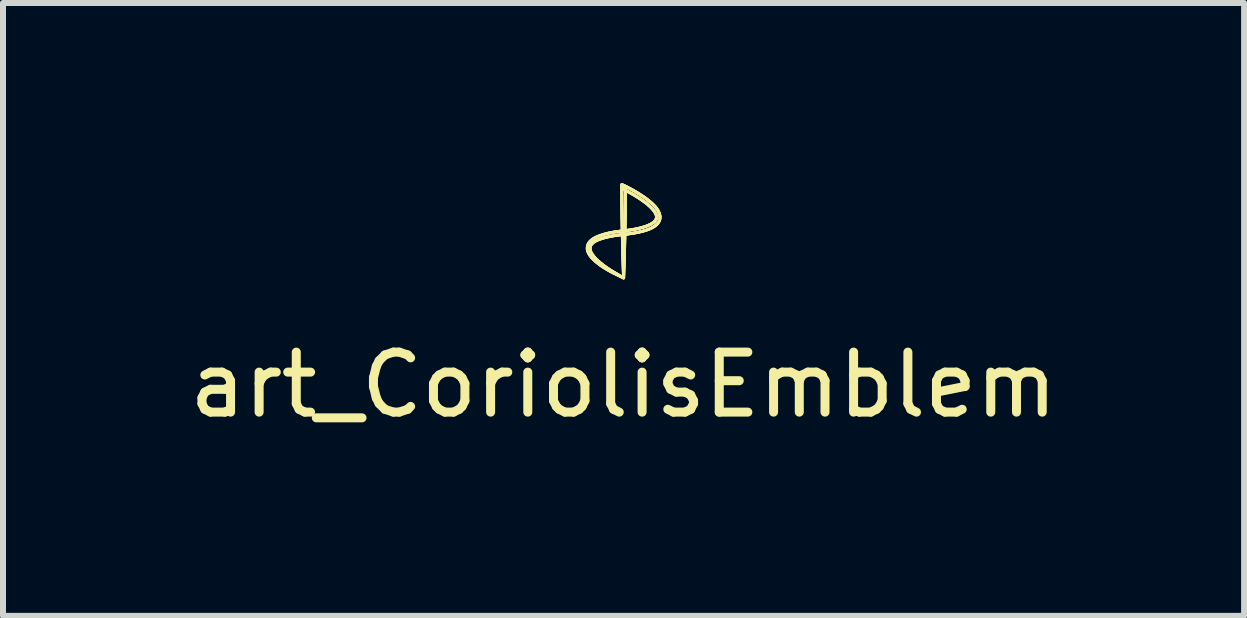
<source format=kicad_pcb>
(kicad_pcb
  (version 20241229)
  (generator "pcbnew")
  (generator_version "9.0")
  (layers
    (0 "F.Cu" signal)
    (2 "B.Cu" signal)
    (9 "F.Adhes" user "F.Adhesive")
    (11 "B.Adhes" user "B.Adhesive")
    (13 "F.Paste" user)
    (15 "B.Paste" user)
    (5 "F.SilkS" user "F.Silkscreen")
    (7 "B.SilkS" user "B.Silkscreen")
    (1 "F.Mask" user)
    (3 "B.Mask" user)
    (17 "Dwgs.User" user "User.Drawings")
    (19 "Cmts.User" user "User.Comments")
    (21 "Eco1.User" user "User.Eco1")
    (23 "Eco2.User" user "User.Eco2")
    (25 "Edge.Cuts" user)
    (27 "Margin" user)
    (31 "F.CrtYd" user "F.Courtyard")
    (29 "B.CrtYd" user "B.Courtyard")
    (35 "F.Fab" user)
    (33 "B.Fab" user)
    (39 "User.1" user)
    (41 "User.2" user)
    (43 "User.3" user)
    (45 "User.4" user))
  (footprint "art_CoriolisEmblem"
    (layer "F.Cu")
    (at 7.339 0.822)
    (property "Reference" "art_CoriolisEmblem" (at 0 2.54 0) (layer "F.SilkS") (effects (font (size 1 1) (thickness 0.15))))
    (attr through_hole)
    (fp_line (start -0.604 0.261) (end -0.603 0.271) (stroke (width 0.05) (type solid)) (layer "F.SilkS"))
    (fp_line (start -0.603 0.271) (end -0.603 0.281) (stroke (width 0.05) (type solid)) (layer "F.SilkS"))
    (fp_line (start -0.603 0.251) (end -0.604 0.261) (stroke (width 0.05) (type solid)) (layer "F.SilkS"))
    (fp_line (start -0.603 0.281) (end -0.601 0.291) (stroke (width 0.05) (type solid)) (layer "F.SilkS"))
    (fp_line (start -0.602 0.241) (end -0.603 0.251) (stroke (width 0.05) (type solid)) (layer "F.SilkS"))
    (fp_line (start -0.601 0.291) (end -0.599 0.301) (stroke (width 0.05) (type solid)) (layer "F.SilkS"))
    (fp_line (start -0.6 0.231) (end -0.602 0.241) (stroke (width 0.05) (type solid)) (layer "F.SilkS"))
    (fp_line (start -0.599 0.301) (end -0.596 0.311) (stroke (width 0.05) (type solid)) (layer "F.SilkS"))
    (fp_line (start -0.598 0.221) (end -0.6 0.231) (stroke (width 0.05) (type solid)) (layer "F.SilkS"))
    (fp_line (start -0.596 0.311) (end -0.593 0.321) (stroke (width 0.05) (type solid)) (layer "F.SilkS"))
    (fp_line (start -0.595 0.211) (end -0.598 0.221) (stroke (width 0.05) (type solid)) (layer "F.SilkS"))
    (fp_line (start -0.593 0.321) (end -0.589 0.331) (stroke (width 0.05) (type solid)) (layer "F.SilkS"))
    (fp_line (start -0.591 0.202) (end -0.595 0.211) (stroke (width 0.05) (type solid)) (layer "F.SilkS"))
    (fp_line (start -0.589 0.331) (end -0.585 0.34) (stroke (width 0.05) (type solid)) (layer "F.SilkS"))
    (fp_line (start -0.587 0.192) (end -0.591 0.202) (stroke (width 0.05) (type solid)) (layer "F.SilkS"))
    (fp_line (start -0.585 0.34) (end -0.58 0.349) (stroke (width 0.05) (type solid)) (layer "F.SilkS"))
    (fp_line (start -0.582 0.183) (end -0.587 0.192) (stroke (width 0.05) (type solid)) (layer "F.SilkS"))
    (fp_line (start -0.58 0.349) (end -0.575 0.358) (stroke (width 0.05) (type solid)) (layer "F.SilkS"))
    (fp_line (start -0.577 0.175) (end -0.582 0.183) (stroke (width 0.05) (type solid)) (layer "F.SilkS"))
    (fp_line (start -0.575 0.358) (end -0.57 0.367) (stroke (width 0.05) (type solid)) (layer "F.SilkS"))
    (fp_line (start -0.571 0.167) (end -0.577 0.175) (stroke (width 0.05) (type solid)) (layer "F.SilkS"))
    (fp_line (start -0.57 0.367) (end -0.565 0.376) (stroke (width 0.05) (type solid)) (layer "F.SilkS"))
    (fp_line (start -0.565 0.159) (end -0.571 0.167) (stroke (width 0.05) (type solid)) (layer "F.SilkS"))
    (fp_line (start -0.565 0.376) (end -0.559 0.384) (stroke (width 0.05) (type solid)) (layer "F.SilkS"))
    (fp_line (start -0.559 0.384) (end -0.553 0.393) (stroke (width 0.05) (type solid)) (layer "F.SilkS"))
    (fp_line (start -0.558 0.27) (end -0.558 0.26) (stroke (width 0.05) (type solid)) (layer "F.SilkS"))
    (fp_line (start -0.558 0.26) (end -0.557 0.25) (stroke (width 0.05) (type solid)) (layer "F.SilkS"))
    (fp_line (start -0.558 0.151) (end -0.565 0.159) (stroke (width 0.05) (type solid)) (layer "F.SilkS"))
    (fp_line (start -0.558 0.279) (end -0.558 0.27) (stroke (width 0.05) (type solid)) (layer "F.SilkS"))
    (fp_line (start -0.557 0.25) (end -0.555 0.24) (stroke (width 0.05) (type solid)) (layer "F.SilkS"))
    (fp_line (start -0.557 0.289) (end -0.558 0.279) (stroke (width 0.05) (type solid)) (layer "F.SilkS"))
    (fp_line (start -0.555 0.24) (end -0.552 0.231) (stroke (width 0.05) (type solid)) (layer "F.SilkS"))
    (fp_line (start -0.554 0.299) (end -0.557 0.289) (stroke (width 0.05) (type solid)) (layer "F.SilkS"))
    (fp_line (start -0.553 0.393) (end -0.546 0.401) (stroke (width 0.05) (type solid)) (layer "F.SilkS"))
    (fp_line (start -0.552 0.231) (end -0.548 0.222) (stroke (width 0.05) (type solid)) (layer "F.SilkS"))
    (fp_line (start -0.552 0.308) (end -0.554 0.299) (stroke (width 0.05) (type solid)) (layer "F.SilkS"))
    (fp_line (start -0.551 0.144) (end -0.558 0.151) (stroke (width 0.05) (type solid)) (layer "F.SilkS"))
    (fp_line (start -0.548 0.222) (end -0.544 0.213) (stroke (width 0.05) (type solid)) (layer "F.SilkS"))
    (fp_line (start -0.548 0.317) (end -0.552 0.308) (stroke (width 0.05) (type solid)) (layer "F.SilkS"))
    (fp_line (start -0.546 0.401) (end -0.54 0.409) (stroke (width 0.05) (type solid)) (layer "F.SilkS"))
    (fp_line (start -0.545 0.326) (end -0.548 0.317) (stroke (width 0.05) (type solid)) (layer "F.SilkS"))
    (fp_line (start -0.544 0.213) (end -0.539 0.205) (stroke (width 0.05) (type solid)) (layer "F.SilkS"))
    (fp_line (start -0.543 0.137) (end -0.551 0.144) (stroke (width 0.05) (type solid)) (layer "F.SilkS"))
    (fp_line (start -0.541 0.335) (end -0.545 0.326) (stroke (width 0.05) (type solid)) (layer "F.SilkS"))
    (fp_line (start -0.54 0.409) (end -0.533 0.417) (stroke (width 0.05) (type solid)) (layer "F.SilkS"))
    (fp_line (start -0.539 0.205) (end -0.533 0.197) (stroke (width 0.05) (type solid)) (layer "F.SilkS"))
    (fp_line (start -0.536 0.344) (end -0.541 0.335) (stroke (width 0.05) (type solid)) (layer "F.SilkS"))
    (fp_line (start -0.536 0.13) (end -0.543 0.137) (stroke (width 0.05) (type solid)) (layer "F.SilkS"))
    (fp_line (start -0.533 0.417) (end -0.526 0.425) (stroke (width 0.05) (type solid)) (layer "F.SilkS"))
    (fp_line (start -0.533 0.197) (end -0.526 0.189) (stroke (width 0.05) (type solid)) (layer "F.SilkS"))
    (fp_line (start -0.531 0.352) (end -0.536 0.344) (stroke (width 0.05) (type solid)) (layer "F.SilkS"))
    (fp_line (start -0.528 0.124) (end -0.536 0.13) (stroke (width 0.05) (type solid)) (layer "F.SilkS"))
    (fp_line (start -0.526 0.189) (end -0.519 0.182) (stroke (width 0.05) (type solid)) (layer "F.SilkS"))
    (fp_line (start -0.526 0.425) (end -0.519 0.432) (stroke (width 0.05) (type solid)) (layer "F.SilkS"))
    (fp_line (start -0.526 0.36) (end -0.531 0.352) (stroke (width 0.05) (type solid)) (layer "F.SilkS"))
    (fp_line (start -0.521 0.368) (end -0.526 0.36) (stroke (width 0.05) (type solid)) (layer "F.SilkS"))
    (fp_line (start -0.52 0.118) (end -0.528 0.124) (stroke (width 0.05) (type solid)) (layer "F.SilkS"))
    (fp_line (start -0.519 0.182) (end -0.512 0.175) (stroke (width 0.05) (type solid)) (layer "F.SilkS"))
    (fp_line (start -0.519 0.432) (end -0.512 0.44) (stroke (width 0.05) (type solid)) (layer "F.SilkS"))
    (fp_line (start -0.515 0.376) (end -0.521 0.368) (stroke (width 0.05) (type solid)) (layer "F.SilkS"))
    (fp_line (start -0.512 0.112) (end -0.52 0.118) (stroke (width 0.05) (type solid)) (layer "F.SilkS"))
    (fp_line (start -0.512 0.44) (end -0.504 0.447) (stroke (width 0.05) (type solid)) (layer "F.SilkS"))
    (fp_line (start -0.512 0.175) (end -0.504 0.168) (stroke (width 0.05) (type solid)) (layer "F.SilkS"))
    (fp_line (start -0.509 0.384) (end -0.515 0.376) (stroke (width 0.05) (type solid)) (layer "F.SilkS"))
    (fp_line (start -0.504 0.447) (end -0.497 0.454) (stroke (width 0.05) (type solid)) (layer "F.SilkS"))
    (fp_line (start -0.504 0.168) (end -0.496 0.162) (stroke (width 0.05) (type solid)) (layer "F.SilkS"))
    (fp_line (start -0.503 0.106) (end -0.512 0.112) (stroke (width 0.05) (type solid)) (layer "F.SilkS"))
    (fp_line (start -0.503 0.392) (end -0.509 0.384) (stroke (width 0.05) (type solid)) (layer "F.SilkS"))
    (fp_line (start -0.497 0.454) (end -0.49 0.461) (stroke (width 0.05) (type solid)) (layer "F.SilkS"))
    (fp_line (start -0.497 0.399) (end -0.503 0.392) (stroke (width 0.05) (type solid)) (layer "F.SilkS"))
    (fp_line (start -0.496 0.162) (end -0.487 0.157) (stroke (width 0.05) (type solid)) (layer "F.SilkS"))
    (fp_line (start -0.495 0.101) (end -0.503 0.106) (stroke (width 0.05) (type solid)) (layer "F.SilkS"))
    (fp_line (start -0.491 0.407) (end -0.497 0.399) (stroke (width 0.05) (type solid)) (layer "F.SilkS"))
    (fp_line (start -0.49 0.461) (end -0.482 0.468) (stroke (width 0.05) (type solid)) (layer "F.SilkS"))
    (fp_line (start -0.487 0.157) (end -0.479 0.151) (stroke (width 0.05) (type solid)) (layer "F.SilkS"))
    (fp_line (start -0.486 0.095) (end -0.495 0.101) (stroke (width 0.05) (type solid)) (layer "F.SilkS"))
    (fp_line (start -0.484 0.414) (end -0.491 0.407) (stroke (width 0.05) (type solid)) (layer "F.SilkS"))
    (fp_line (start -0.482 0.468) (end -0.475 0.475) (stroke (width 0.05) (type solid)) (layer "F.SilkS"))
    (fp_line (start -0.479 0.151) (end -0.47 0.146) (stroke (width 0.05) (type solid)) (layer "F.SilkS"))
    (fp_line (start -0.478 0.421) (end -0.484 0.414) (stroke (width 0.05) (type solid)) (layer "F.SilkS"))
    (fp_line (start -0.477 0.09) (end -0.486 0.095) (stroke (width 0.05) (type solid)) (layer "F.SilkS"))
    (fp_line (start -0.475 0.475) (end -0.467 0.481) (stroke (width 0.05) (type solid)) (layer "F.SilkS"))
    (fp_line (start -0.471 0.429) (end -0.478 0.421) (stroke (width 0.05) (type solid)) (layer "F.SilkS"))
    (fp_line (start -0.47 0.146) (end -0.461 0.141) (stroke (width 0.05) (type solid)) (layer "F.SilkS"))
    (fp_line (start -0.468 0.086) (end -0.477 0.09) (stroke (width 0.05) (type solid)) (layer "F.SilkS"))
    (fp_line (start -0.467 0.481) (end -0.46 0.488) (stroke (width 0.05) (type solid)) (layer "F.SilkS"))
    (fp_line (start -0.464 0.436) (end -0.471 0.429) (stroke (width 0.05) (type solid)) (layer "F.SilkS"))
    (fp_line (start -0.461 0.141) (end -0.452 0.137) (stroke (width 0.05) (type solid)) (layer "F.SilkS"))
    (fp_line (start -0.46 0.488) (end -0.452 0.495) (stroke (width 0.05) (type solid)) (layer "F.SilkS"))
    (fp_line (start -0.459 0.081) (end -0.468 0.086) (stroke (width 0.05) (type solid)) (layer "F.SilkS"))
    (fp_line (start -0.457 0.444) (end -0.464 0.436) (stroke (width 0.05) (type solid)) (layer "F.SilkS"))
    (fp_line (start -0.452 0.495) (end -0.444 0.501) (stroke (width 0.05) (type solid)) (layer "F.SilkS"))
    (fp_line (start -0.452 0.137) (end -0.442 0.132) (stroke (width 0.05) (type solid)) (layer "F.SilkS"))
    (fp_line (start -0.45 0.077) (end -0.459 0.081) (stroke (width 0.05) (type solid)) (layer "F.SilkS"))
    (fp_line (start -0.45 0.451) (end -0.457 0.444) (stroke (width 0.05) (type solid)) (layer "F.SilkS"))
    (fp_line (start -0.444 0.501) (end -0.436 0.508) (stroke (width 0.05) (type solid)) (layer "F.SilkS"))
    (fp_line (start -0.442 0.132) (end -0.433 0.128) (stroke (width 0.05) (type solid)) (layer "F.SilkS"))
    (fp_line (start -0.442 0.458) (end -0.45 0.451) (stroke (width 0.05) (type solid)) (layer "F.SilkS"))
    (fp_line (start -0.441 0.073) (end -0.45 0.077) (stroke (width 0.05) (type solid)) (layer "F.SilkS"))
    (fp_line (start -0.436 0.508) (end -0.428 0.514) (stroke (width 0.05) (type solid)) (layer "F.SilkS"))
    (fp_line (start -0.435 0.465) (end -0.442 0.458) (stroke (width 0.05) (type solid)) (layer "F.SilkS"))
    (fp_line (start -0.433 0.128) (end -0.424 0.124) (stroke (width 0.05) (type solid)) (layer "F.SilkS"))
    (fp_line (start -0.431 0.069) (end -0.441 0.073) (stroke (width 0.05) (type solid)) (layer "F.SilkS"))
    (fp_line (start -0.428 0.514) (end -0.42 0.52) (stroke (width 0.05) (type solid)) (layer "F.SilkS"))
    (fp_line (start -0.427 0.472) (end -0.435 0.465) (stroke (width 0.05) (type solid)) (layer "F.SilkS"))
    (fp_line (start -0.424 0.124) (end -0.414 0.121) (stroke (width 0.05) (type solid)) (layer "F.SilkS"))
    (fp_line (start -0.422 0.065) (end -0.431 0.069) (stroke (width 0.05) (type solid)) (layer "F.SilkS"))
    (fp_line (start -0.42 0.52) (end -0.412 0.526) (stroke (width 0.05) (type solid)) (layer "F.SilkS"))
    (fp_line (start -0.42 0.479) (end -0.427 0.472) (stroke (width 0.05) (type solid)) (layer "F.SilkS"))
    (fp_line (start -0.414 0.121) (end -0.405 0.117) (stroke (width 0.05) (type solid)) (layer "F.SilkS"))
    (fp_line (start -0.413 0.061) (end -0.422 0.065) (stroke (width 0.05) (type solid)) (layer "F.SilkS"))
    (fp_line (start -0.412 0.486) (end -0.42 0.479) (stroke (width 0.05) (type solid)) (layer "F.SilkS"))
    (fp_line (start -0.412 0.526) (end -0.404 0.533) (stroke (width 0.05) (type solid)) (layer "F.SilkS"))
    (fp_line (start -0.405 0.117) (end -0.395 0.113) (stroke (width 0.05) (type solid)) (layer "F.SilkS"))
    (fp_line (start -0.405 0.493) (end -0.412 0.486) (stroke (width 0.05) (type solid)) (layer "F.SilkS"))
    (fp_line (start -0.404 0.533) (end -0.396 0.539) (stroke (width 0.05) (type solid)) (layer "F.SilkS"))
    (fp_line (start -0.403 0.058) (end -0.413 0.061) (stroke (width 0.05) (type solid)) (layer "F.SilkS"))
    (fp_line (start -0.397 0.499) (end -0.405 0.493) (stroke (width 0.05) (type solid)) (layer "F.SilkS"))
    (fp_line (start -0.396 0.539) (end -0.388 0.545) (stroke (width 0.05) (type solid)) (layer "F.SilkS"))
    (fp_line (start -0.395 0.113) (end -0.386 0.11) (stroke (width 0.05) (type solid)) (layer "F.SilkS"))
    (fp_line (start -0.394 0.054) (end -0.403 0.058) (stroke (width 0.05) (type solid)) (layer "F.SilkS"))
    (fp_line (start -0.389 0.506) (end -0.397 0.499) (stroke (width 0.05) (type solid)) (layer "F.SilkS"))
    (fp_line (start -0.388 0.545) (end -0.379 0.551) (stroke (width 0.05) (type solid)) (layer "F.SilkS"))
    (fp_line (start -0.386 0.11) (end -0.376 0.107) (stroke (width 0.05) (type solid)) (layer "F.SilkS"))
    (fp_line (start -0.384 0.051) (end -0.394 0.054) (stroke (width 0.05) (type solid)) (layer "F.SilkS"))
    (fp_line (start -0.381 0.512) (end -0.389 0.506) (stroke (width 0.05) (type solid)) (layer "F.SilkS"))
    (fp_line (start -0.379 0.551) (end -0.371 0.556) (stroke (width 0.05) (type solid)) (layer "F.SilkS"))
    (fp_line (start -0.376 0.107) (end -0.366 0.103) (stroke (width 0.05) (type solid)) (layer "F.SilkS"))
    (fp_line (start -0.374 0.048) (end -0.384 0.051) (stroke (width 0.05) (type solid)) (layer "F.SilkS"))
    (fp_line (start -0.373 0.519) (end -0.381 0.512) (stroke (width 0.05) (type solid)) (layer "F.SilkS"))
    (fp_line (start -0.371 0.556) (end -0.363 0.562) (stroke (width 0.05) (type solid)) (layer "F.SilkS"))
    (fp_line (start -0.366 0.103) (end -0.357 0.1) (stroke (width 0.05) (type solid)) (layer "F.SilkS"))
    (fp_line (start -0.365 0.525) (end -0.373 0.519) (stroke (width 0.05) (type solid)) (layer "F.SilkS"))
    (fp_line (start -0.365 0.045) (end -0.374 0.048) (stroke (width 0.05) (type solid)) (layer "F.SilkS"))
    (fp_line (start -0.363 0.562) (end -0.354 0.568) (stroke (width 0.05) (type solid)) (layer "F.SilkS"))
    (fp_line (start -0.357 0.532) (end -0.365 0.525) (stroke (width 0.05) (type solid)) (layer "F.SilkS"))
    (fp_line (start -0.357 0.1) (end -0.347 0.097) (stroke (width 0.05) (type solid)) (layer "F.SilkS"))
    (fp_line (start -0.355 0.041) (end -0.365 0.045) (stroke (width 0.05) (type solid)) (layer "F.SilkS"))
    (fp_line (start -0.354 0.568) (end -0.346 0.574) (stroke (width 0.05) (type solid)) (layer "F.SilkS"))
    (fp_line (start -0.349 0.538) (end -0.357 0.532) (stroke (width 0.05) (type solid)) (layer "F.SilkS"))
    (fp_line (start -0.347 0.097) (end -0.337 0.094) (stroke (width 0.05) (type solid)) (layer "F.SilkS"))
    (fp_line (start -0.346 0.574) (end -0.337 0.579) (stroke (width 0.05) (type solid)) (layer "F.SilkS"))
    (fp_line (start -0.345 0.038) (end -0.355 0.041) (stroke (width 0.05) (type solid)) (layer "F.SilkS"))
    (fp_line (start -0.341 0.544) (end -0.349 0.538) (stroke (width 0.05) (type solid)) (layer "F.SilkS"))
    (fp_line (start -0.337 0.579) (end -0.329 0.585) (stroke (width 0.05) (type solid)) (layer "F.SilkS"))
    (fp_line (start -0.337 0.094) (end -0.327 0.091) (stroke (width 0.05) (type solid)) (layer "F.SilkS"))
    (fp_line (start -0.335 0.035) (end -0.345 0.038) (stroke (width 0.05) (type solid)) (layer "F.SilkS"))
    (fp_line (start -0.333 0.55) (end -0.341 0.544) (stroke (width 0.05) (type solid)) (layer "F.SilkS"))
    (fp_line (start -0.329 0.585) (end -0.32 0.59) (stroke (width 0.05) (type solid)) (layer "F.SilkS"))
    (fp_line (start -0.327 0.091) (end -0.317 0.089) (stroke (width 0.05) (type solid)) (layer "F.SilkS"))
    (fp_line (start -0.325 0.032) (end -0.335 0.035) (stroke (width 0.05) (type solid)) (layer "F.SilkS"))
    (fp_line (start -0.325 0.556) (end -0.333 0.55) (stroke (width 0.05) (type solid)) (layer "F.SilkS"))
    (fp_line (start -0.32 0.59) (end -0.311 0.596) (stroke (width 0.05) (type solid)) (layer "F.SilkS"))
    (fp_line (start -0.317 0.089) (end -0.308 0.086) (stroke (width 0.05) (type solid)) (layer "F.SilkS"))
    (fp_line (start -0.317 0.562) (end -0.325 0.556) (stroke (width 0.05) (type solid)) (layer "F.SilkS"))
    (fp_line (start -0.315 0.03) (end -0.325 0.032) (stroke (width 0.05) (type solid)) (layer "F.SilkS"))
    (fp_line (start -0.311 0.596) (end -0.303 0.601) (stroke (width 0.05) (type solid)) (layer "F.SilkS"))
    (fp_line (start -0.308 0.568) (end -0.317 0.562) (stroke (width 0.05) (type solid)) (layer "F.SilkS"))
    (fp_line (start -0.308 0.086) (end -0.298 0.083) (stroke (width 0.05) (type solid)) (layer "F.SilkS"))
    (fp_line (start -0.305 0.027) (end -0.315 0.03) (stroke (width 0.05) (type solid)) (layer "F.SilkS"))
    (fp_line (start -0.303 0.601) (end -0.294 0.606) (stroke (width 0.05) (type solid)) (layer "F.SilkS"))
    (fp_line (start -0.3 0.574) (end -0.308 0.568) (stroke (width 0.05) (type solid)) (layer "F.SilkS"))
    (fp_line (start -0.298 0.083) (end -0.288 0.081) (stroke (width 0.05) (type solid)) (layer "F.SilkS"))
    (fp_line (start -0.296 0.024) (end -0.305 0.027) (stroke (width 0.05) (type solid)) (layer "F.SilkS"))
    (fp_line (start -0.294 0.606) (end -0.285 0.611) (stroke (width 0.05) (type solid)) (layer "F.SilkS"))
    (fp_line (start -0.292 0.58) (end -0.3 0.574) (stroke (width 0.05) (type solid)) (layer "F.SilkS"))
    (fp_line (start -0.288 0.081) (end -0.278 0.079) (stroke (width 0.05) (type solid)) (layer "F.SilkS"))
    (fp_line (start -0.286 0.022) (end -0.296 0.024) (stroke (width 0.05) (type solid)) (layer "F.SilkS"))
    (fp_line (start -0.285 0.611) (end -0.277 0.617) (stroke (width 0.05) (type solid)) (layer "F.SilkS"))
    (fp_line (start -0.283 0.586) (end -0.292 0.58) (stroke (width 0.05) (type solid)) (layer "F.SilkS"))
    (fp_line (start -0.278 0.079) (end -0.268 0.076) (stroke (width 0.05) (type solid)) (layer "F.SilkS"))
    (fp_line (start -0.277 0.617) (end -0.268 0.622) (stroke (width 0.05) (type solid)) (layer "F.SilkS"))
    (fp_line (start -0.276 0.019) (end -0.286 0.022) (stroke (width 0.05) (type solid)) (layer "F.SilkS"))
    (fp_line (start -0.275 0.592) (end -0.283 0.586) (stroke (width 0.05) (type solid)) (layer "F.SilkS"))
    (fp_line (start -0.268 0.076) (end -0.258 0.074) (stroke (width 0.05) (type solid)) (layer "F.SilkS"))
    (fp_line (start -0.268 0.622) (end -0.259 0.627) (stroke (width 0.05) (type solid)) (layer "F.SilkS"))
    (fp_line (start -0.266 0.598) (end -0.275 0.592) (stroke (width 0.05) (type solid)) (layer "F.SilkS"))
    (fp_line (start -0.266 0.017) (end -0.276 0.019) (stroke (width 0.05) (type solid)) (layer "F.SilkS"))
    (fp_line (start -0.259 0.627) (end -0.25 0.632) (stroke (width 0.05) (type solid)) (layer "F.SilkS"))
    (fp_line (start -0.258 0.074) (end -0.248 0.072) (stroke (width 0.05) (type solid)) (layer "F.SilkS"))
    (fp_line (start -0.258 0.603) (end -0.266 0.598) (stroke (width 0.05) (type solid)) (layer "F.SilkS"))
    (fp_line (start -0.256 0.014) (end -0.266 0.017) (stroke (width 0.05) (type solid)) (layer "F.SilkS"))
    (fp_line (start -0.25 0.632) (end -0.241 0.637) (stroke (width 0.05) (type solid)) (layer "F.SilkS"))
    (fp_line (start -0.249 0.609) (end -0.258 0.603) (stroke (width 0.05) (type solid)) (layer "F.SilkS"))
    (fp_line (start -0.248 0.072) (end -0.238 0.07) (stroke (width 0.05) (type solid)) (layer "F.SilkS"))
    (fp_line (start -0.246 0.012) (end -0.256 0.014) (stroke (width 0.05) (type solid)) (layer "F.SilkS"))
    (fp_line (start -0.241 0.637) (end -0.232 0.642) (stroke (width 0.05) (type solid)) (layer "F.SilkS"))
    (fp_line (start -0.241 0.615) (end -0.249 0.609) (stroke (width 0.05) (type solid)) (layer "F.SilkS"))
    (fp_line (start -0.238 0.07) (end -0.228 0.068) (stroke (width 0.05) (type solid)) (layer "F.SilkS"))
    (fp_line (start -0.236 0.01) (end -0.246 0.012) (stroke (width 0.05) (type solid)) (layer "F.SilkS"))
    (fp_line (start -0.232 0.642) (end -0.224 0.647) (stroke (width 0.05) (type solid)) (layer "F.SilkS"))
    (fp_line (start -0.232 0.62) (end -0.241 0.615) (stroke (width 0.05) (type solid)) (layer "F.SilkS"))
    (fp_line (start -0.228 0.068) (end -0.218 0.066) (stroke (width 0.05) (type solid)) (layer "F.SilkS"))
    (fp_line (start -0.226 0.008) (end -0.236 0.01) (stroke (width 0.05) (type solid)) (layer "F.SilkS"))
    (fp_line (start -0.224 0.626) (end -0.232 0.62) (stroke (width 0.05) (type solid)) (layer "F.SilkS"))
    (fp_line (start -0.224 0.647) (end -0.215 0.652) (stroke (width 0.05) (type solid)) (layer "F.SilkS"))
    (fp_line (start -0.218 0.066) (end -0.208 0.064) (stroke (width 0.05) (type solid)) (layer "F.SilkS"))
    (fp_line (start -0.215 0.006) (end -0.226 0.008) (stroke (width 0.05) (type solid)) (layer "F.SilkS"))
    (fp_line (start -0.215 0.631) (end -0.224 0.626) (stroke (width 0.05) (type solid)) (layer "F.SilkS"))
    (fp_line (start -0.215 0.652) (end -0.206 0.657) (stroke (width 0.05) (type solid)) (layer "F.SilkS"))
    (fp_line (start -0.208 0.064) (end -0.198 0.062) (stroke (width 0.05) (type solid)) (layer "F.SilkS"))
    (fp_line (start -0.206 0.637) (end -0.215 0.631) (stroke (width 0.05) (type solid)) (layer "F.SilkS"))
    (fp_line (start -0.206 0.657) (end -0.197 0.662) (stroke (width 0.05) (type solid)) (layer "F.SilkS"))
    (fp_line (start -0.205 0.004) (end -0.215 0.006) (stroke (width 0.05) (type solid)) (layer "F.SilkS"))
    (fp_line (start -0.198 0.062) (end -0.188 0.06) (stroke (width 0.05) (type solid)) (layer "F.SilkS"))
    (fp_line (start -0.198 0.642) (end -0.206 0.637) (stroke (width 0.05) (type solid)) (layer "F.SilkS"))
    (fp_line (start -0.197 0.662) (end -0.188 0.666) (stroke (width 0.05) (type solid)) (layer "F.SilkS"))
    (fp_line (start -0.195 0.002) (end -0.205 0.004) (stroke (width 0.05) (type solid)) (layer "F.SilkS"))
    (fp_line (start -0.189 0.648) (end -0.198 0.642) (stroke (width 0.05) (type solid)) (layer "F.SilkS"))
    (fp_line (start -0.188 0.06) (end -0.178 0.058) (stroke (width 0.05) (type solid)) (layer "F.SilkS"))
    (fp_line (start -0.188 0.666) (end -0.179 0.671) (stroke (width 0.05) (type solid)) (layer "F.SilkS"))
    (fp_line (start -0.185 -0.000237) (end -0.195 0.002) (stroke (width 0.05) (type solid)) (layer "F.SilkS"))
    (fp_line (start -0.18 0.653) (end -0.189 0.648) (stroke (width 0.05) (type solid)) (layer "F.SilkS"))
    (fp_line (start -0.179 0.671) (end -0.17 0.675) (stroke (width 0.05) (type solid)) (layer "F.SilkS"))
    (fp_line (start -0.178 0.058) (end -0.168 0.057) (stroke (width 0.05) (type solid)) (layer "F.SilkS"))
    (fp_line (start -0.175 -0.002) (end -0.185 -0.000237) (stroke (width 0.05) (type solid)) (layer "F.SilkS"))
    (fp_line (start -0.172 0.658) (end -0.18 0.653) (stroke (width 0.05) (type solid)) (layer "F.SilkS"))
    (fp_line (start -0.17 0.675) (end -0.161 0.68) (stroke (width 0.05) (type solid)) (layer "F.SilkS"))
    (fp_line (start -0.168 0.057) (end -0.158 0.055) (stroke (width 0.05) (type solid)) (layer "F.SilkS"))
    (fp_line (start -0.165 -0.004) (end -0.175 -0.002) (stroke (width 0.05) (type solid)) (layer "F.SilkS"))
    (fp_line (start -0.163 0.663) (end -0.172 0.658) (stroke (width 0.05) (type solid)) (layer "F.SilkS"))
    (fp_line (start -0.161 0.68) (end -0.152 0.684) (stroke (width 0.05) (type solid)) (layer "F.SilkS"))
    (fp_line (start -0.158 0.055) (end -0.148 0.053) (stroke (width 0.05) (type solid)) (layer "F.SilkS"))
    (fp_line (start -0.155 -0.006) (end -0.165 -0.004) (stroke (width 0.05) (type solid)) (layer "F.SilkS"))
    (fp_line (start -0.154 0.668) (end -0.163 0.663) (stroke (width 0.05) (type solid)) (layer "F.SilkS"))
    (fp_line (start -0.152 0.684) (end -0.143 0.688) (stroke (width 0.05) (type solid)) (layer "F.SilkS"))
    (fp_line (start -0.148 0.053) (end -0.137 0.052) (stroke (width 0.05) (type solid)) (layer "F.SilkS"))
    (fp_line (start -0.146 0.673) (end -0.154 0.668) (stroke (width 0.05) (type solid)) (layer "F.SilkS"))
    (fp_line (start -0.145 -0.007) (end -0.155 -0.006) (stroke (width 0.05) (type solid)) (layer "F.SilkS"))
    (fp_line (start -0.143 0.688) (end -0.134 0.693) (stroke (width 0.05) (type solid)) (layer "F.SilkS"))
    (fp_line (start -0.137 0.052) (end -0.127 0.05) (stroke (width 0.05) (type solid)) (layer "F.SilkS"))
    (fp_line (start -0.137 0.678) (end -0.146 0.673) (stroke (width 0.05) (type solid)) (layer "F.SilkS"))
    (fp_line (start -0.134 -0.009) (end -0.145 -0.007) (stroke (width 0.05) (type solid)) (layer "F.SilkS"))
    (fp_line (start -0.134 0.693) (end -0.125 0.697) (stroke (width 0.05) (type solid)) (layer "F.SilkS"))
    (fp_line (start -0.128 0.683) (end -0.137 0.678) (stroke (width 0.05) (type solid)) (layer "F.SilkS"))
    (fp_line (start -0.127 0.05) (end -0.117 0.049) (stroke (width 0.05) (type solid)) (layer "F.SilkS"))
    (fp_line (start -0.125 0.697) (end -0.116 0.701) (stroke (width 0.05) (type solid)) (layer "F.SilkS"))
    (fp_line (start -0.124 -0.01) (end -0.134 -0.009) (stroke (width 0.05) (type solid)) (layer "F.SilkS"))
    (fp_line (start -0.12 0.688) (end -0.128 0.683) (stroke (width 0.05) (type solid)) (layer "F.SilkS"))
    (fp_line (start -0.117 0.049) (end -0.107 0.047) (stroke (width 0.05) (type solid)) (layer "F.SilkS"))
    (fp_line (start -0.116 0.701) (end -0.107 0.706) (stroke (width 0.05) (type solid)) (layer "F.SilkS"))
    (fp_line (start -0.114 -0.012) (end -0.124 -0.01) (stroke (width 0.05) (type solid)) (layer "F.SilkS"))
    (fp_line (start -0.111 0.693) (end -0.12 0.688) (stroke (width 0.05) (type solid)) (layer "F.SilkS"))
    (fp_line (start -0.107 0.047) (end -0.097 0.046) (stroke (width 0.05) (type solid)) (layer "F.SilkS"))
    (fp_line (start -0.107 0.706) (end -0.098 0.71) (stroke (width 0.05) (type solid)) (layer "F.SilkS"))
    (fp_line (start -0.104 -0.013) (end -0.114 -0.012) (stroke (width 0.05) (type solid)) (layer "F.SilkS"))
    (fp_line (start -0.102 0.698) (end -0.111 0.693) (stroke (width 0.05) (type solid)) (layer "F.SilkS"))
    (fp_line (start -0.098 0.71) (end -0.089 0.715) (stroke (width 0.05) (type solid)) (layer "F.SilkS"))
    (fp_line (start -0.097 0.046) (end -0.087 0.045) (stroke (width 0.05) (type solid)) (layer "F.SilkS"))
    (fp_line (start -0.094 0.703) (end -0.102 0.698) (stroke (width 0.05) (type solid)) (layer "F.SilkS"))
    (fp_line (start -0.094 -0.015) (end -0.104 -0.013) (stroke (width 0.05) (type solid)) (layer "F.SilkS"))
    (fp_line (start -0.089 0.715) (end -0.08 0.719) (stroke (width 0.05) (type solid)) (layer "F.SilkS"))
    (fp_line (start -0.087 0.045) (end -0.077 0.043) (stroke (width 0.05) (type solid)) (layer "F.SilkS"))
    (fp_line (start -0.085 0.708) (end -0.094 0.703) (stroke (width 0.05) (type solid)) (layer "F.SilkS"))
    (fp_line (start -0.084 -0.016) (end -0.094 -0.015) (stroke (width 0.05) (type solid)) (layer "F.SilkS"))
    (fp_line (start -0.08 0.719) (end -0.071 0.723) (stroke (width 0.05) (type solid)) (layer "F.SilkS"))
    (fp_line (start -0.077 0.043) (end -0.067 0.042) (stroke (width 0.05) (type solid)) (layer "F.SilkS"))
    (fp_line (start -0.077 0.713) (end -0.085 0.708) (stroke (width 0.05) (type solid)) (layer "F.SilkS"))
    (fp_line (start -0.073 -0.017) (end -0.084 -0.016) (stroke (width 0.05) (type solid)) (layer "F.SilkS"))
    (fp_line (start -0.071 0.723) (end -0.062 0.728) (stroke (width 0.05) (type solid)) (layer "F.SilkS"))
    (fp_line (start -0.068 0.718) (end -0.077 0.713) (stroke (width 0.05) (type solid)) (layer "F.SilkS"))
    (fp_line (start -0.067 0.042) (end -0.056 0.041) (stroke (width 0.05) (type solid)) (layer "F.SilkS"))
    (fp_line (start -0.063 -0.019) (end -0.073 -0.017) (stroke (width 0.05) (type solid)) (layer "F.SilkS"))
    (fp_line (start -0.062 0.728) (end -0.053 0.732) (stroke (width 0.05) (type solid)) (layer "F.SilkS"))
    (fp_line (start -0.059 0.723) (end -0.068 0.718) (stroke (width 0.05) (type solid)) (layer "F.SilkS"))
    (fp_line (start -0.056 0.041) (end -0.046 0.04) (stroke (width 0.05) (type solid)) (layer "F.SilkS"))
    (fp_line (start -0.053 -0.02) (end -0.063 -0.019) (stroke (width 0.05) (type solid)) (layer "F.SilkS"))
    (fp_line (start -0.053 0.732) (end -0.044 0.736) (stroke (width 0.05) (type solid)) (layer "F.SilkS"))
    (fp_line (start -0.051 0.728) (end -0.059 0.723) (stroke (width 0.05) (type solid)) (layer "F.SilkS"))
    (fp_line (start -0.046 0.04) (end -0.036 0.038) (stroke (width 0.05) (type solid)) (layer "F.SilkS"))
    (fp_line (start -0.044 0.736) (end -0.035 0.741) (stroke (width 0.05) (type solid)) (layer "F.SilkS"))
    (fp_line (start -0.043 -0.021) (end -0.053 -0.02) (stroke (width 0.05) (type solid)) (layer "F.SilkS"))
    (fp_line (start -0.042 0.733) (end -0.051 0.728) (stroke (width 0.05) (type solid)) (layer "F.SilkS"))
    (fp_line (start -0.036 0.038) (end -0.026 0.037) (stroke (width 0.05) (type solid)) (layer "F.SilkS"))
    (fp_line (start -0.035 0.741) (end -0.026 0.745) (stroke (width 0.05) (type solid)) (layer "F.SilkS"))
    (fp_line (start -0.033 0.738) (end -0.042 0.733) (stroke (width 0.05) (type solid)) (layer "F.SilkS"))
    (fp_line (start -0.033 -0.022) (end -0.043 -0.021) (stroke (width 0.05) (type solid)) (layer "F.SilkS"))
    (fp_line (start -0.029 -0.797) (end -0.029 -0.788) (stroke (width 0.05) (type solid)) (layer "F.SilkS"))
    (fp_line (start -0.029 -0.788) (end -0.029 -0.779) (stroke (width 0.05) (type solid)) (layer "F.SilkS"))
    (fp_line (start -0.029 -0.779) (end -0.029 -0.769) (stroke (width 0.05) (type solid)) (layer "F.SilkS"))
    (fp_line (start -0.029 -0.769) (end -0.029 -0.76) (stroke (width 0.05) (type solid)) (layer "F.SilkS"))
    (fp_line (start -0.029 -0.76) (end -0.029 -0.75) (stroke (width 0.05) (type solid)) (layer "F.SilkS"))
    (fp_line (start -0.029 -0.75) (end -0.029 -0.74) (stroke (width 0.05) (type solid)) (layer "F.SilkS"))
    (fp_line (start -0.029 -0.74) (end -0.029 -0.729) (stroke (width 0.05) (type solid)) (layer "F.SilkS"))
    (fp_line (start -0.029 -0.729) (end -0.029 -0.719) (stroke (width 0.05) (type solid)) (layer "F.SilkS"))
    (fp_line (start -0.029 -0.719) (end -0.029 -0.709) (stroke (width 0.05) (type solid)) (layer "F.SilkS"))
    (fp_line (start -0.029 -0.709) (end -0.029 -0.698) (stroke (width 0.05) (type solid)) (layer "F.SilkS"))
    (fp_line (start -0.029 -0.698) (end -0.029 -0.688) (stroke (width 0.05) (type solid)) (layer "F.SilkS"))
    (fp_line (start -0.029 -0.688) (end -0.029 -0.677) (stroke (width 0.05) (type solid)) (layer "F.SilkS"))
    (fp_line (start -0.029 -0.677) (end -0.029 -0.667) (stroke (width 0.05) (type solid)) (layer "F.SilkS"))
    (fp_line (start -0.029 -0.667) (end -0.029 -0.657) (stroke (width 0.05) (type solid)) (layer "F.SilkS"))
    (fp_line (start -0.029 -0.657) (end -0.029 -0.646) (stroke (width 0.05) (type solid)) (layer "F.SilkS"))
    (fp_line (start -0.029 -0.646) (end -0.029 -0.636) (stroke (width 0.05) (type solid)) (layer "F.SilkS"))
    (fp_line (start -0.029 -0.636) (end -0.028 -0.625) (stroke (width 0.05) (type solid)) (layer "F.SilkS"))
    (fp_line (start -0.028 -0.625) (end -0.028 -0.615) (stroke (width 0.05) (type solid)) (layer "F.SilkS"))
    (fp_line (start -0.028 -0.615) (end -0.028 -0.604) (stroke (width 0.05) (type solid)) (layer "F.SilkS"))
    (fp_line (start -0.028 -0.604) (end -0.028 -0.594) (stroke (width 0.05) (type solid)) (layer "F.SilkS"))
    (fp_line (start -0.028 -0.594) (end -0.028 -0.584) (stroke (width 0.05) (type solid)) (layer "F.SilkS"))
    (fp_line (start -0.028 -0.584) (end -0.028 -0.573) (stroke (width 0.05) (type solid)) (layer "F.SilkS"))
    (fp_line (start -0.028 -0.573) (end -0.028 -0.563) (stroke (width 0.05) (type solid)) (layer "F.SilkS"))
    (fp_line (start -0.028 -0.563) (end -0.028 -0.552) (stroke (width 0.05) (type solid)) (layer "F.SilkS"))
    (fp_line (start -0.028 -0.552) (end -0.028 -0.542) (stroke (width 0.05) (type solid)) (layer "F.SilkS"))
    (fp_line (start -0.028 -0.542) (end -0.028 -0.532) (stroke (width 0.05) (type solid)) (layer "F.SilkS"))
    (fp_line (start -0.028 -0.532) (end -0.028 -0.521) (stroke (width 0.05) (type solid)) (layer "F.SilkS"))
    (fp_line (start -0.028 -0.521) (end -0.028 -0.511) (stroke (width 0.05) (type solid)) (layer "F.SilkS"))
    (fp_line (start -0.028 -0.511) (end -0.028 -0.5) (stroke (width 0.05) (type solid)) (layer "F.SilkS"))
    (fp_line (start -0.028 -0.5) (end -0.028 -0.49) (stroke (width 0.05) (type solid)) (layer "F.SilkS"))
    (fp_line (start -0.028 -0.49) (end -0.028 -0.48) (stroke (width 0.05) (type solid)) (layer "F.SilkS"))
    (fp_line (start -0.028 -0.48) (end -0.027 -0.469) (stroke (width 0.05) (type solid)) (layer "F.SilkS"))
    (fp_line (start -0.027 -0.469) (end -0.027 -0.459) (stroke (width 0.05) (type solid)) (layer "F.SilkS"))
    (fp_line (start -0.027 -0.459) (end -0.027 -0.448) (stroke (width 0.05) (type solid)) (layer "F.SilkS"))
    (fp_line (start -0.027 -0.448) (end -0.027 -0.438) (stroke (width 0.05) (type solid)) (layer "F.SilkS"))
    (fp_line (start -0.027 -0.438) (end -0.027 -0.428) (stroke (width 0.05) (type solid)) (layer "F.SilkS"))
    (fp_line (start -0.027 -0.428) (end -0.027 -0.417) (stroke (width 0.05) (type solid)) (layer "F.SilkS"))
    (fp_line (start -0.027 -0.417) (end -0.027 -0.407) (stroke (width 0.05) (type solid)) (layer "F.SilkS"))
    (fp_line (start -0.027 -0.407) (end -0.027 -0.396) (stroke (width 0.05) (type solid)) (layer "F.SilkS"))
    (fp_line (start -0.027 -0.396) (end -0.027 -0.386) (stroke (width 0.05) (type solid)) (layer "F.SilkS"))
    (fp_line (start -0.027 -0.386) (end -0.027 -0.376) (stroke (width 0.05) (type solid)) (layer "F.SilkS"))
    (fp_line (start -0.027 -0.376) (end -0.026 -0.365) (stroke (width 0.05) (type solid)) (layer "F.SilkS"))
    (fp_line (start -0.026 -0.365) (end -0.026 -0.355) (stroke (width 0.05) (type solid)) (layer "F.SilkS"))
    (fp_line (start -0.026 -0.355) (end -0.026 -0.344) (stroke (width 0.05) (type solid)) (layer "F.SilkS"))
    (fp_line (start -0.026 -0.344) (end -0.026 -0.334) (stroke (width 0.05) (type solid)) (layer "F.SilkS"))
    (fp_line (start -0.026 -0.334) (end -0.026 -0.324) (stroke (width 0.05) (type solid)) (layer "F.SilkS"))
    (fp_line (start -0.026 0.037) (end -0.016 0.036) (stroke (width 0.05) (type solid)) (layer "F.SilkS"))
    (fp_line (start -0.026 -0.324) (end -0.026 -0.313) (stroke (width 0.05) (type solid)) (layer "F.SilkS"))
    (fp_line (start -0.026 0.745) (end -0.017 0.749) (stroke (width 0.05) (type solid)) (layer "F.SilkS"))
    (fp_line (start -0.026 -0.313) (end -0.026 -0.303) (stroke (width 0.05) (type solid)) (layer "F.SilkS"))
    (fp_line (start -0.026 -0.303) (end -0.025 -0.292) (stroke (width 0.05) (type solid)) (layer "F.SilkS"))
    (fp_line (start -0.025 -0.292) (end -0.025 -0.282) (stroke (width 0.05) (type solid)) (layer "F.SilkS"))
    (fp_line (start -0.025 -0.282) (end -0.025 -0.272) (stroke (width 0.05) (type solid)) (layer "F.SilkS"))
    (fp_line (start -0.025 -0.272) (end -0.025 -0.261) (stroke (width 0.05) (type solid)) (layer "F.SilkS"))
    (fp_line (start -0.025 -0.261) (end -0.025 -0.251) (stroke (width 0.05) (type solid)) (layer "F.SilkS"))
    (fp_line (start -0.025 -0.251) (end -0.025 -0.24) (stroke (width 0.05) (type solid)) (layer "F.SilkS"))
    (fp_line (start -0.025 -0.24) (end -0.025 -0.23) (stroke (width 0.05) (type solid)) (layer "F.SilkS"))
    (fp_line (start -0.025 0.743) (end -0.033 0.738) (stroke (width 0.05) (type solid)) (layer "F.SilkS"))
    (fp_line (start -0.025 -0.23) (end -0.024 -0.22) (stroke (width 0.05) (type solid)) (layer "F.SilkS"))
    (fp_line (start -0.024 -0.22) (end -0.024 -0.209) (stroke (width 0.05) (type solid)) (layer "F.SilkS"))
    (fp_line (start -0.024 -0.209) (end -0.024 -0.199) (stroke (width 0.05) (type solid)) (layer "F.SilkS"))
    (fp_line (start -0.024 -0.199) (end -0.024 -0.188) (stroke (width 0.05) (type solid)) (layer "F.SilkS"))
    (fp_line (start -0.024 -0.188) (end -0.024 -0.178) (stroke (width 0.05) (type solid)) (layer "F.SilkS"))
    (fp_line (start -0.024 -0.178) (end -0.024 -0.168) (stroke (width 0.05) (type solid)) (layer "F.SilkS"))
    (fp_line (start -0.024 -0.168) (end -0.023 -0.157) (stroke (width 0.05) (type solid)) (layer "F.SilkS"))
    (fp_line (start -0.023 -0.157) (end -0.023 -0.147) (stroke (width 0.05) (type solid)) (layer "F.SilkS"))
    (fp_line (start -0.023 -0.147) (end -0.023 -0.136) (stroke (width 0.05) (type solid)) (layer "F.SilkS"))
    (fp_line (start -0.023 -0.136) (end -0.023 -0.126) (stroke (width 0.05) (type solid)) (layer "F.SilkS"))
    (fp_line (start -0.023 -0.126) (end -0.023 -0.116) (stroke (width 0.05) (type solid)) (layer "F.SilkS"))
    (fp_line (start -0.023 -0.116) (end -0.022 -0.105) (stroke (width 0.05) (type solid)) (layer "F.SilkS"))
    (fp_line (start -0.022 -0.105) (end -0.022 -0.095) (stroke (width 0.05) (type solid)) (layer "F.SilkS"))
    (fp_line (start -0.022 -0.024) (end -0.033 -0.022) (stroke (width 0.05) (type solid)) (layer "F.SilkS"))
    (fp_line (start -0.022 -0.095) (end -0.022 -0.084) (stroke (width 0.05) (type solid)) (layer "F.SilkS"))
    (fp_line (start -0.022 -0.084) (end -0.022 -0.074) (stroke (width 0.05) (type solid)) (layer "F.SilkS"))
    (fp_line (start -0.022 -0.074) (end -0.022 -0.064) (stroke (width 0.05) (type solid)) (layer "F.SilkS"))
    (fp_line (start -0.022 -0.064) (end -0.022 -0.053) (stroke (width 0.05) (type solid)) (layer "F.SilkS"))
    (fp_line (start -0.022 -0.053) (end -0.021 -0.043) (stroke (width 0.05) (type solid)) (layer "F.SilkS"))
    (fp_line (start -0.021 -0.043) (end -0.021 -0.032) (stroke (width 0.05) (type solid)) (layer "F.SilkS"))
    (fp_line (start -0.021 -0.032) (end -0.021 -0.022) (stroke (width 0.05) (type solid)) (layer "F.SilkS"))
    (fp_line (start -0.021 -0.022) (end -0.021 -0.012) (stroke (width 0.05) (type solid)) (layer "F.SilkS"))
    (fp_line (start -0.021 -0.012) (end -0.02 -0.001) (stroke (width 0.05) (type solid)) (layer "F.SilkS"))
    (fp_line (start -0.02 -0.001) (end -0.02 0.009) (stroke (width 0.05) (type solid)) (layer "F.SilkS"))
    (fp_line (start -0.02 0.009) (end -0.02 0.02) (stroke (width 0.05) (type solid)) (layer "F.SilkS"))
    (fp_line (start -0.02 -0.793) (end -0.029 -0.797) (stroke (width 0.05) (type solid)) (layer "F.SilkS"))
    (fp_line (start -0.02 0.02) (end -0.02 0.03) (stroke (width 0.05) (type solid)) (layer "F.SilkS"))
    (fp_line (start -0.02 0.03) (end -0.02 0.04) (stroke (width 0.05) (type solid)) (layer "F.SilkS"))
    (fp_line (start -0.02 0.04) (end -0.019 0.051) (stroke (width 0.05) (type solid)) (layer "F.SilkS"))
    (fp_line (start -0.019 0.051) (end -0.019 0.061) (stroke (width 0.05) (type solid)) (layer "F.SilkS"))
    (fp_line (start -0.019 0.061) (end -0.019 0.072) (stroke (width 0.05) (type solid)) (layer "F.SilkS"))
    (fp_line (start -0.019 0.072) (end -0.019 0.082) (stroke (width 0.05) (type solid)) (layer "F.SilkS"))
    (fp_line (start -0.019 0.082) (end -0.018 0.092) (stroke (width 0.05) (type solid)) (layer "F.SilkS"))
    (fp_line (start -0.018 0.092) (end -0.018 0.103) (stroke (width 0.05) (type solid)) (layer "F.SilkS"))
    (fp_line (start -0.018 0.103) (end -0.018 0.113) (stroke (width 0.05) (type solid)) (layer "F.SilkS"))
    (fp_line (start -0.018 0.113) (end -0.018 0.124) (stroke (width 0.05) (type solid)) (layer "F.SilkS"))
    (fp_line (start -0.018 0.124) (end -0.018 0.134) (stroke (width 0.05) (type solid)) (layer "F.SilkS"))
    (fp_line (start -0.018 0.134) (end -0.017 0.144) (stroke (width 0.05) (type solid)) (layer "F.SilkS"))
    (fp_line (start -0.017 0.144) (end -0.017 0.155) (stroke (width 0.05) (type solid)) (layer "F.SilkS"))
    (fp_line (start -0.017 0.155) (end -0.017 0.165) (stroke (width 0.05) (type solid)) (layer "F.SilkS"))
    (fp_line (start -0.017 0.165) (end -0.017 0.176) (stroke (width 0.05) (type solid)) (layer "F.SilkS"))
    (fp_line (start -0.017 0.749) (end -0.008 0.754) (stroke (width 0.05) (type solid)) (layer "F.SilkS"))
    (fp_line (start -0.017 0.176) (end -0.016 0.186) (stroke (width 0.05) (type solid)) (layer "F.SilkS"))
    (fp_line (start -0.016 0.186) (end -0.016 0.196) (stroke (width 0.05) (type solid)) (layer "F.SilkS"))
    (fp_line (start -0.016 0.196) (end -0.016 0.207) (stroke (width 0.05) (type solid)) (layer "F.SilkS"))
    (fp_line (start -0.016 0.748) (end -0.025 0.743) (stroke (width 0.05) (type solid)) (layer "F.SilkS"))
    (fp_line (start -0.016 0.036) (end -0.006 0.035) (stroke (width 0.05) (type solid)) (layer "F.SilkS"))
    (fp_line (start -0.016 0.207) (end -0.016 0.217) (stroke (width 0.05) (type solid)) (layer "F.SilkS"))
    (fp_line (start -0.016 0.217) (end -0.015 0.228) (stroke (width 0.05) (type solid)) (layer "F.SilkS"))
    (fp_line (start -0.015 0.228) (end -0.015 0.238) (stroke (width 0.05) (type solid)) (layer "F.SilkS"))
    (fp_line (start -0.015 0.238) (end -0.015 0.248) (stroke (width 0.05) (type solid)) (layer "F.SilkS"))
    (fp_line (start -0.015 0.248) (end -0.014 0.259) (stroke (width 0.05) (type solid)) (layer "F.SilkS"))
    (fp_line (start -0.014 0.259) (end -0.014 0.269) (stroke (width 0.05) (type solid)) (layer "F.SilkS"))
    (fp_line (start -0.014 0.269) (end -0.014 0.28) (stroke (width 0.05) (type solid)) (layer "F.SilkS"))
    (fp_line (start -0.014 0.28) (end -0.014 0.29) (stroke (width 0.05) (type solid)) (layer "F.SilkS"))
    (fp_line (start -0.014 0.29) (end -0.013 0.3) (stroke (width 0.05) (type solid)) (layer "F.SilkS"))
    (fp_line (start -0.013 0.3) (end -0.013 0.311) (stroke (width 0.05) (type solid)) (layer "F.SilkS"))
    (fp_line (start -0.013 0.311) (end -0.013 0.321) (stroke (width 0.05) (type solid)) (layer "F.SilkS"))
    (fp_line (start -0.013 0.321) (end -0.013 0.332) (stroke (width 0.05) (type solid)) (layer "F.SilkS"))
    (fp_line (start -0.013 0.332) (end -0.012 0.342) (stroke (width 0.05) (type solid)) (layer "F.SilkS"))
    (fp_line (start -0.012 0.342) (end -0.012 0.352) (stroke (width 0.05) (type solid)) (layer "F.SilkS"))
    (fp_line (start -0.012 -0.025) (end -0.022 -0.024) (stroke (width 0.05) (type solid)) (layer "F.SilkS"))
    (fp_line (start -0.012 0.352) (end -0.012 0.363) (stroke (width 0.05) (type solid)) (layer "F.SilkS"))
    (fp_line (start -0.012 0.363) (end -0.011 0.373) (stroke (width 0.05) (type solid)) (layer "F.SilkS"))
    (fp_line (start -0.012 -0.789) (end -0.02 -0.793) (stroke (width 0.05) (type solid)) (layer "F.SilkS"))
    (fp_line (start -0.012 -0.723) (end -0.005 -0.72) (stroke (width 0.05) (type solid)) (layer "F.SilkS"))
    (fp_line (start -0.011 0.373) (end -0.011 0.384) (stroke (width 0.05) (type solid)) (layer "F.SilkS"))
    (fp_line (start -0.011 0.384) (end -0.011 0.394) (stroke (width 0.05) (type solid)) (layer "F.SilkS"))
    (fp_line (start -0.011 0.394) (end -0.01 0.404) (stroke (width 0.05) (type solid)) (layer "F.SilkS"))
    (fp_line (start -0.01 0.404) (end -0.01 0.415) (stroke (width 0.05) (type solid)) (layer "F.SilkS"))
    (fp_line (start -0.01 0.415) (end -0.01 0.425) (stroke (width 0.05) (type solid)) (layer "F.SilkS"))
    (fp_line (start -0.01 0.425) (end -0.01 0.436) (stroke (width 0.05) (type solid)) (layer "F.SilkS"))
    (fp_line (start -0.01 0.436) (end -0.009 0.446) (stroke (width 0.05) (type solid)) (layer "F.SilkS"))
    (fp_line (start -0.009 0.446) (end -0.009 0.456) (stroke (width 0.05) (type solid)) (layer "F.SilkS"))
    (fp_line (start -0.009 0.456) (end -0.009 0.467) (stroke (width 0.05) (type solid)) (layer "F.SilkS"))
    (fp_line (start -0.009 0.467) (end -0.008 0.477) (stroke (width 0.05) (type solid)) (layer "F.SilkS"))
    (fp_line (start -0.008 0.477) (end -0.008 0.488) (stroke (width 0.05) (type solid)) (layer "F.SilkS"))
    (fp_line (start -0.008 0.488) (end -0.008 0.498) (stroke (width 0.05) (type solid)) (layer "F.SilkS"))
    (fp_line (start -0.008 0.754) (end 0.001 0.758) (stroke (width 0.05) (type solid)) (layer "F.SilkS"))
    (fp_line (start -0.008 0.498) (end -0.007 0.508) (stroke (width 0.05) (type solid)) (layer "F.SilkS"))
    (fp_line (start -0.007 0.753) (end -0.016 0.748) (stroke (width 0.05) (type solid)) (layer "F.SilkS"))
    (fp_line (start -0.007 0.508) (end -0.007 0.519) (stroke (width 0.05) (type solid)) (layer "F.SilkS"))
    (fp_line (start -0.007 0.519) (end -0.007 0.529) (stroke (width 0.05) (type solid)) (layer "F.SilkS"))
    (fp_line (start -0.007 0.529) (end -0.006 0.54) (stroke (width 0.05) (type solid)) (layer "F.SilkS"))
    (fp_line (start -0.006 0.54) (end -0.006 0.55) (stroke (width 0.05) (type solid)) (layer "F.SilkS"))
    (fp_line (start -0.006 0.55) (end -0.006 0.56) (stroke (width 0.05) (type solid)) (layer "F.SilkS"))
    (fp_line (start -0.006 0.035) (end 0.004 0.034) (stroke (width 0.05) (type solid)) (layer "F.SilkS"))
    (fp_line (start -0.006 0.56) (end -0.005 0.571) (stroke (width 0.05) (type solid)) (layer "F.SilkS"))
    (fp_line (start -0.005 0.571) (end -0.005 0.581) (stroke (width 0.05) (type solid)) (layer "F.SilkS"))
    (fp_line (start -0.005 0.581) (end -0.005 0.592) (stroke (width 0.05) (type solid)) (layer "F.SilkS"))
    (fp_line (start -0.005 0.592) (end -0.004 0.602) (stroke (width 0.05) (type solid)) (layer "F.SilkS"))
    (fp_line (start -0.005 -0.72) (end 0.002 -0.716) (stroke (width 0.05) (type solid)) (layer "F.SilkS"))
    (fp_line (start -0.004 0.602) (end -0.004 0.612) (stroke (width 0.05) (type solid)) (layer "F.SilkS"))
    (fp_line (start -0.004 0.612) (end -0.004 0.623) (stroke (width 0.05) (type solid)) (layer "F.SilkS"))
    (fp_line (start -0.004 0.623) (end -0.003 0.633) (stroke (width 0.05) (type solid)) (layer "F.SilkS"))
    (fp_line (start -0.003 0.633) (end -0.003 0.644) (stroke (width 0.05) (type solid)) (layer "F.SilkS"))
    (fp_line (start -0.003 -0.785) (end -0.012 -0.789) (stroke (width 0.05) (type solid)) (layer "F.SilkS"))
    (fp_line (start -0.003 -0.728) (end -0.012 -0.723) (stroke (width 0.05) (type solid)) (layer "F.SilkS"))
    (fp_line (start -0.003 0.644) (end -0.003 0.654) (stroke (width 0.05) (type solid)) (layer "F.SilkS"))
    (fp_line (start -0.003 0.654) (end -0.002 0.664) (stroke (width 0.05) (type solid)) (layer "F.SilkS"))
    (fp_line (start -0.002 0.664) (end -0.002 0.675) (stroke (width 0.05) (type solid)) (layer "F.SilkS"))
    (fp_line (start -0.002 -0.026) (end -0.002 -0.026) (stroke (width 0.05) (type solid)) (layer "F.SilkS"))
    (fp_line (start -0.002 -0.026) (end -0.012 -0.025) (stroke (width 0.05) (type solid)) (layer "F.SilkS"))
    (fp_line (start -0.002 -0.026) (end -0.002 -0.026) (stroke (width 0.05) (type solid)) (layer "F.SilkS"))
    (fp_line (start -0.002 0.675) (end -0.001 0.685) (stroke (width 0.05) (type solid)) (layer "F.SilkS"))
    (fp_line (start -0.001 0.685) (end -0.001 0.696) (stroke (width 0.05) (type solid)) (layer "F.SilkS"))
    (fp_line (start -0.001 0.696) (end -0.001 0.706) (stroke (width 0.05) (type solid)) (layer "F.SilkS"))
    (fp_line (start -0.001 0.706) (end -0.000296 0.716) (stroke (width 0.05) (type solid)) (layer "F.SilkS"))
    (fp_line (start -0.000296 0.716) (end 0.000089 0.727) (stroke (width 0.05) (type solid)) (layer "F.SilkS"))
    (fp_line (start 0.000089 0.727) (end 0.000479 0.737) (stroke (width 0.05) (type solid)) (layer "F.SilkS"))
    (fp_line (start 0.000479 0.737) (end 0.001 0.748) (stroke (width 0.05) (type solid)) (layer "F.SilkS"))
    (fp_line (start 0.001 0.748) (end 0.001 0.758) (stroke (width 0.05) (type solid)) (layer "F.SilkS"))
    (fp_line (start 0.001 0.758) (end -0.007 0.753) (stroke (width 0.05) (type solid)) (layer "F.SilkS"))
    (fp_line (start 0.001 0.758) (end 0.002 0.748) (stroke (width 0.05) (type solid)) (layer "F.SilkS"))
    (fp_line (start 0.002 0.748) (end 0.002 0.737) (stroke (width 0.05) (type solid)) (layer "F.SilkS"))
    (fp_line (start 0.002 0.737) (end 0.002 0.727) (stroke (width 0.05) (type solid)) (layer "F.SilkS"))
    (fp_line (start 0.002 -0.716) (end 0.01 -0.712) (stroke (width 0.05) (type solid)) (layer "F.SilkS"))
    (fp_line (start 0.002 0.727) (end 0.003 0.716) (stroke (width 0.05) (type solid)) (layer "F.SilkS"))
    (fp_line (start 0.003 0.716) (end 0.003 0.706) (stroke (width 0.05) (type solid)) (layer "F.SilkS"))
    (fp_line (start 0.003 0.706) (end 0.004 0.696) (stroke (width 0.05) (type solid)) (layer "F.SilkS"))
    (fp_line (start 0.004 0.696) (end 0.004 0.685) (stroke (width 0.05) (type solid)) (layer "F.SilkS"))
    (fp_line (start 0.004 0.685) (end 0.004 0.675) (stroke (width 0.05) (type solid)) (layer "F.SilkS"))
    (fp_line (start 0.004 0.675) (end 0.005 0.664) (stroke (width 0.05) (type solid)) (layer "F.SilkS"))
    (fp_line (start 0.004 0.034) (end 0.005 0.034) (stroke (width 0.05) (type solid)) (layer "F.SilkS"))
    (fp_line (start 0.005 0.034) (end 0.015 0.033) (stroke (width 0.05) (type solid)) (layer "F.SilkS"))
    (fp_line (start 0.005 0.664) (end 0.005 0.654) (stroke (width 0.05) (type solid)) (layer "F.SilkS"))
    (fp_line (start 0.005 0.654) (end 0.005 0.644) (stroke (width 0.05) (type solid)) (layer "F.SilkS"))
    (fp_line (start 0.005 0.644) (end 0.006 0.633) (stroke (width 0.05) (type solid)) (layer "F.SilkS"))
    (fp_line (start 0.006 -0.781) (end -0.003 -0.785) (stroke (width 0.05) (type solid)) (layer "F.SilkS"))
    (fp_line (start 0.006 -0.734) (end -0.003 -0.728) (stroke (width 0.05) (type solid)) (layer "F.SilkS"))
    (fp_line (start 0.006 0.633) (end 0.006 0.623) (stroke (width 0.05) (type solid)) (layer "F.SilkS"))
    (fp_line (start 0.006 0.623) (end 0.007 0.612) (stroke (width 0.05) (type solid)) (layer "F.SilkS"))
    (fp_line (start 0.007 0.612) (end 0.007 0.602) (stroke (width 0.05) (type solid)) (layer "F.SilkS"))
    (fp_line (start 0.007 0.602) (end 0.007 0.592) (stroke (width 0.05) (type solid)) (layer "F.SilkS"))
    (fp_line (start 0.007 0.592) (end 0.008 0.581) (stroke (width 0.05) (type solid)) (layer "F.SilkS"))
    (fp_line (start 0.008 0.581) (end 0.008 0.571) (stroke (width 0.05) (type solid)) (layer "F.SilkS"))
    (fp_line (start 0.008 0.571) (end 0.008 0.56) (stroke (width 0.05) (type solid)) (layer "F.SilkS"))
    (fp_line (start 0.008 -0.027) (end -0.002 -0.026) (stroke (width 0.05) (type solid)) (layer "F.SilkS"))
    (fp_line (start 0.008 0.56) (end 0.009 0.55) (stroke (width 0.05) (type solid)) (layer "F.SilkS"))
    (fp_line (start 0.009 0.55) (end 0.009 0.54) (stroke (width 0.05) (type solid)) (layer "F.SilkS"))
    (fp_line (start 0.009 0.54) (end 0.009 0.529) (stroke (width 0.05) (type solid)) (layer "F.SilkS"))
    (fp_line (start 0.009 0.529) (end 0.01 0.519) (stroke (width 0.05) (type solid)) (layer "F.SilkS"))
    (fp_line (start 0.01 0.519) (end 0.01 0.509) (stroke (width 0.05) (type solid)) (layer "F.SilkS"))
    (fp_line (start 0.01 0.509) (end 0.01 0.498) (stroke (width 0.05) (type solid)) (layer "F.SilkS"))
    (fp_line (start 0.01 -0.712) (end 0.018 -0.709) (stroke (width 0.05) (type solid)) (layer "F.SilkS"))
    (fp_line (start 0.01 0.498) (end 0.011 0.488) (stroke (width 0.05) (type solid)) (layer "F.SilkS"))
    (fp_line (start 0.011 0.488) (end 0.011 0.477) (stroke (width 0.05) (type solid)) (layer "F.SilkS"))
    (fp_line (start 0.011 0.477) (end 0.011 0.467) (stroke (width 0.05) (type solid)) (layer "F.SilkS"))
    (fp_line (start 0.011 0.467) (end 0.011 0.457) (stroke (width 0.05) (type solid)) (layer "F.SilkS"))
    (fp_line (start 0.011 0.457) (end 0.012 0.446) (stroke (width 0.05) (type solid)) (layer "F.SilkS"))
    (fp_line (start 0.012 0.446) (end 0.012 0.436) (stroke (width 0.05) (type solid)) (layer "F.SilkS"))
    (fp_line (start 0.012 0.436) (end 0.012 0.425) (stroke (width 0.05) (type solid)) (layer "F.SilkS"))
    (fp_line (start 0.012 0.425) (end 0.013 0.415) (stroke (width 0.05) (type solid)) (layer "F.SilkS"))
    (fp_line (start 0.013 0.415) (end 0.013 0.405) (stroke (width 0.05) (type solid)) (layer "F.SilkS"))
    (fp_line (start 0.013 0.405) (end 0.013 0.394) (stroke (width 0.05) (type solid)) (layer "F.SilkS"))
    (fp_line (start 0.013 0.394) (end 0.014 0.384) (stroke (width 0.05) (type solid)) (layer "F.SilkS"))
    (fp_line (start 0.014 0.384) (end 0.014 0.373) (stroke (width 0.05) (type solid)) (layer "F.SilkS"))
    (fp_line (start 0.014 0.373) (end 0.014 0.363) (stroke (width 0.05) (type solid)) (layer "F.SilkS"))
    (fp_line (start 0.014 -0.777) (end 0.006 -0.781) (stroke (width 0.05) (type solid)) (layer "F.SilkS"))
    (fp_line (start 0.014 -0.739) (end 0.006 -0.734) (stroke (width 0.05) (type solid)) (layer "F.SilkS"))
    (fp_line (start 0.014 0.363) (end 0.014 0.353) (stroke (width 0.05) (type solid)) (layer "F.SilkS"))
    (fp_line (start 0.014 0.353) (end 0.015 0.342) (stroke (width 0.05) (type solid)) (layer "F.SilkS"))
    (fp_line (start 0.015 0.342) (end 0.015 0.332) (stroke (width 0.05) (type solid)) (layer "F.SilkS"))
    (fp_line (start 0.015 0.033) (end 0.025 0.031) (stroke (width 0.05) (type solid)) (layer "F.SilkS"))
    (fp_line (start 0.015 0.332) (end 0.015 0.321) (stroke (width 0.05) (type solid)) (layer "F.SilkS"))
    (fp_line (start 0.015 0.321) (end 0.016 0.311) (stroke (width 0.05) (type solid)) (layer "F.SilkS"))
    (fp_line (start 0.016 0.311) (end 0.016 0.301) (stroke (width 0.05) (type solid)) (layer "F.SilkS"))
    (fp_line (start 0.016 0.301) (end 0.016 0.29) (stroke (width 0.05) (type solid)) (layer "F.SilkS"))
    (fp_line (start 0.016 0.29) (end 0.016 0.28) (stroke (width 0.05) (type solid)) (layer "F.SilkS"))
    (fp_line (start 0.016 0.28) (end 0.017 0.269) (stroke (width 0.05) (type solid)) (layer "F.SilkS"))
    (fp_line (start 0.017 0.269) (end 0.017 0.259) (stroke (width 0.05) (type solid)) (layer "F.SilkS"))
    (fp_line (start 0.017 0.259) (end 0.017 0.249) (stroke (width 0.05) (type solid)) (layer "F.SilkS"))
    (fp_line (start 0.017 0.249) (end 0.018 0.238) (stroke (width 0.05) (type solid)) (layer "F.SilkS"))
    (fp_line (start 0.018 0.238) (end 0.018 0.228) (stroke (width 0.05) (type solid)) (layer "F.SilkS"))
    (fp_line (start 0.018 -0.709) (end 0.025 -0.705) (stroke (width 0.05) (type solid)) (layer "F.SilkS"))
    (fp_line (start 0.018 0.228) (end 0.018 0.217) (stroke (width 0.05) (type solid)) (layer "F.SilkS"))
    (fp_line (start 0.018 0.217) (end 0.018 0.207) (stroke (width 0.05) (type solid)) (layer "F.SilkS"))
    (fp_line (start 0.018 0.207) (end 0.019 0.197) (stroke (width 0.05) (type solid)) (layer "F.SilkS"))
    (fp_line (start 0.018 -0.028) (end 0.008 -0.027) (stroke (width 0.05) (type solid)) (layer "F.SilkS"))
    (fp_line (start 0.019 0.197) (end 0.019 0.186) (stroke (width 0.05) (type solid)) (layer "F.SilkS"))
    (fp_line (start 0.019 0.186) (end 0.019 0.176) (stroke (width 0.05) (type solid)) (layer "F.SilkS"))
    (fp_line (start 0.019 0.176) (end 0.019 0.165) (stroke (width 0.05) (type solid)) (layer "F.SilkS"))
    (fp_line (start 0.019 0.165) (end 0.02 0.155) (stroke (width 0.05) (type solid)) (layer "F.SilkS"))
    (fp_line (start 0.02 0.155) (end 0.02 0.145) (stroke (width 0.05) (type solid)) (layer "F.SilkS"))
    (fp_line (start 0.02 0.145) (end 0.02 0.134) (stroke (width 0.05) (type solid)) (layer "F.SilkS"))
    (fp_line (start 0.02 0.134) (end 0.02 0.124) (stroke (width 0.05) (type solid)) (layer "F.SilkS"))
    (fp_line (start 0.02 0.124) (end 0.021 0.113) (stroke (width 0.05) (type solid)) (layer "F.SilkS"))
    (fp_line (start 0.021 0.113) (end 0.021 0.103) (stroke (width 0.05) (type solid)) (layer "F.SilkS"))
    (fp_line (start 0.021 0.103) (end 0.021 0.093) (stroke (width 0.05) (type solid)) (layer "F.SilkS"))
    (fp_line (start 0.021 0.093) (end 0.021 0.082) (stroke (width 0.05) (type solid)) (layer "F.SilkS"))
    (fp_line (start 0.021 0.082) (end 0.022 0.072) (stroke (width 0.05) (type solid)) (layer "F.SilkS"))
    (fp_line (start 0.021 -0.774) (end 0.014 -0.777) (stroke (width 0.05) (type solid)) (layer "F.SilkS"))
    (fp_line (start 0.022 0.072) (end 0.022 0.061) (stroke (width 0.05) (type solid)) (layer "F.SilkS"))
    (fp_line (start 0.022 0.061) (end 0.022 0.051) (stroke (width 0.05) (type solid)) (layer "F.SilkS"))
    (fp_line (start 0.022 0.051) (end 0.022 0.04) (stroke (width 0.05) (type solid)) (layer "F.SilkS"))
    (fp_line (start 0.022 0.04) (end 0.022 0.03) (stroke (width 0.05) (type solid)) (layer "F.SilkS"))
    (fp_line (start 0.022 0.03) (end 0.023 0.02) (stroke (width 0.05) (type solid)) (layer "F.SilkS"))
    (fp_line (start 0.023 0.02) (end 0.023 0.009) (stroke (width 0.05) (type solid)) (layer "F.SilkS"))
    (fp_line (start 0.023 -0.745) (end 0.014 -0.739) (stroke (width 0.05) (type solid)) (layer "F.SilkS"))
    (fp_line (start 0.023 0.009) (end 0.023 -0.001) (stroke (width 0.05) (type solid)) (layer "F.SilkS"))
    (fp_line (start 0.023 -0.001) (end 0.023 -0.012) (stroke (width 0.05) (type solid)) (layer "F.SilkS"))
    (fp_line (start 0.023 -0.012) (end 0.023 -0.022) (stroke (width 0.05) (type solid)) (layer "F.SilkS"))
    (fp_line (start 0.023 -0.022) (end 0.024 -0.032) (stroke (width 0.05) (type solid)) (layer "F.SilkS"))
    (fp_line (start 0.024 -0.032) (end 0.024 -0.043) (stroke (width 0.05) (type solid)) (layer "F.SilkS"))
    (fp_line (start 0.024 -0.043) (end 0.024 -0.053) (stroke (width 0.05) (type solid)) (layer "F.SilkS"))
    (fp_line (start 0.024 -0.053) (end 0.024 -0.064) (stroke (width 0.05) (type solid)) (layer "F.SilkS"))
    (fp_line (start 0.024 -0.064) (end 0.024 -0.074) (stroke (width 0.05) (type solid)) (layer "F.SilkS"))
    (fp_line (start 0.024 -0.074) (end 0.025 -0.084) (stroke (width 0.05) (type solid)) (layer "F.SilkS"))
    (fp_line (start 0.025 -0.084) (end 0.025 -0.095) (stroke (width 0.05) (type solid)) (layer "F.SilkS"))
    (fp_line (start 0.025 -0.095) (end 0.025 -0.105) (stroke (width 0.05) (type solid)) (layer "F.SilkS"))
    (fp_line (start 0.025 -0.105) (end 0.025 -0.116) (stroke (width 0.05) (type solid)) (layer "F.SilkS"))
    (fp_line (start 0.025 0.031) (end 0.035 0.03) (stroke (width 0.05) (type solid)) (layer "F.SilkS"))
    (fp_line (start 0.025 -0.116) (end 0.025 -0.126) (stroke (width 0.05) (type solid)) (layer "F.SilkS"))
    (fp_line (start 0.025 -0.126) (end 0.026 -0.136) (stroke (width 0.05) (type solid)) (layer "F.SilkS"))
    (fp_line (start 0.025 -0.705) (end 0.033 -0.701) (stroke (width 0.05) (type solid)) (layer "F.SilkS"))
    (fp_line (start 0.026 -0.136) (end 0.026 -0.147) (stroke (width 0.05) (type solid)) (layer "F.SilkS"))
    (fp_line (start 0.026 -0.147) (end 0.026 -0.157) (stroke (width 0.05) (type solid)) (layer "F.SilkS"))
    (fp_line (start 0.026 -0.157) (end 0.026 -0.168) (stroke (width 0.05) (type solid)) (layer "F.SilkS"))
    (fp_line (start 0.026 -0.168) (end 0.026 -0.178) (stroke (width 0.05) (type solid)) (layer "F.SilkS"))
    (fp_line (start 0.026 -0.178) (end 0.026 -0.188) (stroke (width 0.05) (type solid)) (layer "F.SilkS"))
    (fp_line (start 0.026 -0.188) (end 0.027 -0.199) (stroke (width 0.05) (type solid)) (layer "F.SilkS"))
    (fp_line (start 0.027 -0.199) (end 0.027 -0.209) (stroke (width 0.05) (type solid)) (layer "F.SilkS"))
    (fp_line (start 0.027 -0.209) (end 0.027 -0.22) (stroke (width 0.05) (type solid)) (layer "F.SilkS"))
    (fp_line (start 0.027 -0.22) (end 0.027 -0.23) (stroke (width 0.05) (type solid)) (layer "F.SilkS"))
    (fp_line (start 0.027 -0.23) (end 0.027 -0.24) (stroke (width 0.05) (type solid)) (layer "F.SilkS"))
    (fp_line (start 0.027 -0.24) (end 0.027 -0.251) (stroke (width 0.05) (type solid)) (layer "F.SilkS"))
    (fp_line (start 0.027 -0.251) (end 0.028 -0.261) (stroke (width 0.05) (type solid)) (layer "F.SilkS"))
    (fp_line (start 0.028 -0.261) (end 0.028 -0.272) (stroke (width 0.05) (type solid)) (layer "F.SilkS"))
    (fp_line (start 0.028 -0.272) (end 0.028 -0.282) (stroke (width 0.05) (type solid)) (layer "F.SilkS"))
    (fp_line (start 0.028 -0.282) (end 0.028 -0.292) (stroke (width 0.05) (type solid)) (layer "F.SilkS"))
    (fp_line (start 0.028 -0.292) (end 0.028 -0.303) (stroke (width 0.05) (type solid)) (layer "F.SilkS"))
    (fp_line (start 0.028 -0.303) (end 0.028 -0.313) (stroke (width 0.05) (type solid)) (layer "F.SilkS"))
    (fp_line (start 0.028 -0.313) (end 0.028 -0.324) (stroke (width 0.05) (type solid)) (layer "F.SilkS"))
    (fp_line (start 0.028 -0.324) (end 0.029 -0.334) (stroke (width 0.05) (type solid)) (layer "F.SilkS"))
    (fp_line (start 0.029 -0.029) (end 0.018 -0.028) (stroke (width 0.05) (type solid)) (layer "F.SilkS"))
    (fp_line (start 0.029 -0.334) (end 0.029 -0.344) (stroke (width 0.05) (type solid)) (layer "F.SilkS"))
    (fp_line (start 0.029 -0.344) (end 0.029 -0.355) (stroke (width 0.05) (type solid)) (layer "F.SilkS"))
    (fp_line (start 0.029 -0.77) (end 0.021 -0.774) (stroke (width 0.05) (type solid)) (layer "F.SilkS"))
    (fp_line (start 0.029 -0.355) (end 0.029 -0.365) (stroke (width 0.05) (type solid)) (layer "F.SilkS"))
    (fp_line (start 0.029 -0.365) (end 0.029 -0.376) (stroke (width 0.05) (type solid)) (layer "F.SilkS"))
    (fp_line (start 0.029 -0.376) (end 0.029 -0.386) (stroke (width 0.05) (type solid)) (layer "F.SilkS"))
    (fp_line (start 0.029 -0.386) (end 0.029 -0.396) (stroke (width 0.05) (type solid)) (layer "F.SilkS"))
    (fp_line (start 0.029 -0.396) (end 0.029 -0.407) (stroke (width 0.05) (type solid)) (layer "F.SilkS"))
    (fp_line (start 0.029 -0.407) (end 0.03 -0.417) (stroke (width 0.05) (type solid)) (layer "F.SilkS"))
    (fp_line (start 0.03 -0.417) (end 0.03 -0.428) (stroke (width 0.05) (type solid)) (layer "F.SilkS"))
    (fp_line (start 0.03 -0.428) (end 0.03 -0.438) (stroke (width 0.05) (type solid)) (layer "F.SilkS"))
    (fp_line (start 0.03 -0.438) (end 0.03 -0.448) (stroke (width 0.05) (type solid)) (layer "F.SilkS"))
    (fp_line (start 0.03 -0.448) (end 0.03 -0.459) (stroke (width 0.05) (type solid)) (layer "F.SilkS"))
    (fp_line (start 0.03 -0.459) (end 0.03 -0.469) (stroke (width 0.05) (type solid)) (layer "F.SilkS"))
    (fp_line (start 0.03 -0.469) (end 0.03 -0.48) (stroke (width 0.05) (type solid)) (layer "F.SilkS"))
    (fp_line (start 0.03 -0.48) (end 0.03 -0.49) (stroke (width 0.05) (type solid)) (layer "F.SilkS"))
    (fp_line (start 0.03 -0.49) (end 0.03 -0.5) (stroke (width 0.05) (type solid)) (layer "F.SilkS"))
    (fp_line (start 0.03 -0.5) (end 0.03 -0.511) (stroke (width 0.05) (type solid)) (layer "F.SilkS"))
    (fp_line (start 0.03 -0.511) (end 0.03 -0.521) (stroke (width 0.05) (type solid)) (layer "F.SilkS"))
    (fp_line (start 0.03 -0.521) (end 0.031 -0.532) (stroke (width 0.05) (type solid)) (layer "F.SilkS"))
    (fp_line (start 0.031 -0.532) (end 0.031 -0.542) (stroke (width 0.05) (type solid)) (layer "F.SilkS"))
    (fp_line (start 0.031 -0.542) (end 0.031 -0.552) (stroke (width 0.05) (type solid)) (layer "F.SilkS"))
    (fp_line (start 0.031 -0.552) (end 0.031 -0.563) (stroke (width 0.05) (type solid)) (layer "F.SilkS"))
    (fp_line (start 0.031 -0.563) (end 0.031 -0.573) (stroke (width 0.05) (type solid)) (layer "F.SilkS"))
    (fp_line (start 0.031 -0.573) (end 0.031 -0.584) (stroke (width 0.05) (type solid)) (layer "F.SilkS"))
    (fp_line (start 0.031 -0.584) (end 0.031 -0.594) (stroke (width 0.05) (type solid)) (layer "F.SilkS"))
    (fp_line (start 0.031 -0.594) (end 0.031 -0.605) (stroke (width 0.05) (type solid)) (layer "F.SilkS"))
    (fp_line (start 0.031 -0.605) (end 0.031 -0.615) (stroke (width 0.05) (type solid)) (layer "F.SilkS"))
    (fp_line (start 0.031 -0.615) (end 0.031 -0.625) (stroke (width 0.05) (type solid)) (layer "F.SilkS"))
    (fp_line (start 0.031 -0.625) (end 0.031 -0.636) (stroke (width 0.05) (type solid)) (layer "F.SilkS"))
    (fp_line (start 0.031 -0.636) (end 0.031 -0.646) (stroke (width 0.05) (type solid)) (layer "F.SilkS"))
    (fp_line (start 0.031 -0.646) (end 0.031 -0.657) (stroke (width 0.05) (type solid)) (layer "F.SilkS"))
    (fp_line (start 0.031 -0.657) (end 0.031 -0.667) (stroke (width 0.05) (type solid)) (layer "F.SilkS"))
    (fp_line (start 0.031 -0.667) (end 0.031 -0.677) (stroke (width 0.05) (type solid)) (layer "F.SilkS"))
    (fp_line (start 0.031 -0.677) (end 0.031 -0.688) (stroke (width 0.05) (type solid)) (layer "F.SilkS"))
    (fp_line (start 0.031 -0.688) (end 0.031 -0.698) (stroke (width 0.05) (type solid)) (layer "F.SilkS"))
    (fp_line (start 0.031 -0.698) (end 0.031 -0.709) (stroke (width 0.05) (type solid)) (layer "F.SilkS"))
    (fp_line (start 0.031 -0.709) (end 0.031 -0.719) (stroke (width 0.05) (type solid)) (layer "F.SilkS"))
    (fp_line (start 0.031 -0.719) (end 0.031 -0.729) (stroke (width 0.05) (type solid)) (layer "F.SilkS"))
    (fp_line (start 0.031 -0.729) (end 0.031 -0.74) (stroke (width 0.05) (type solid)) (layer "F.SilkS"))
    (fp_line (start 0.031 -0.74) (end 0.031 -0.75) (stroke (width 0.05) (type solid)) (layer "F.SilkS"))
    (fp_line (start 0.031 -0.75) (end 0.023 -0.745) (stroke (width 0.05) (type solid)) (layer "F.SilkS"))
    (fp_line (start 0.031 -0.75) (end 0.031 -0.75) (stroke (width 0.05) (type solid)) (layer "F.SilkS"))
    (fp_line (start 0.033 -0.701) (end 0.041 -0.697) (stroke (width 0.05) (type solid)) (layer "F.SilkS"))
    (fp_line (start 0.035 0.03) (end 0.046 0.029) (stroke (width 0.05) (type solid)) (layer "F.SilkS"))
    (fp_line (start 0.037 -0.766) (end 0.029 -0.77) (stroke (width 0.05) (type solid)) (layer "F.SilkS"))
    (fp_line (start 0.039 -0.031) (end 0.029 -0.029) (stroke (width 0.05) (type solid)) (layer "F.SilkS"))
    (fp_line (start 0.041 -0.697) (end 0.049 -0.692) (stroke (width 0.05) (type solid)) (layer "F.SilkS"))
    (fp_line (start 0.045 -0.762) (end 0.037 -0.766) (stroke (width 0.05) (type solid)) (layer "F.SilkS"))
    (fp_line (start 0.046 0.029) (end 0.056 0.028) (stroke (width 0.05) (type solid)) (layer "F.SilkS"))
    (fp_line (start 0.049 -0.032) (end 0.039 -0.031) (stroke (width 0.05) (type solid)) (layer "F.SilkS"))
    (fp_line (start 0.049 -0.692) (end 0.058 -0.688) (stroke (width 0.05) (type solid)) (layer "F.SilkS"))
    (fp_line (start 0.053 -0.758) (end 0.045 -0.762) (stroke (width 0.05) (type solid)) (layer "F.SilkS"))
    (fp_line (start 0.056 0.028) (end 0.066 0.027) (stroke (width 0.05) (type solid)) (layer "F.SilkS"))
    (fp_line (start 0.058 -0.688) (end 0.067 -0.683) (stroke (width 0.05) (type solid)) (layer "F.SilkS"))
    (fp_line (start 0.059 -0.033) (end 0.049 -0.032) (stroke (width 0.05) (type solid)) (layer "F.SilkS"))
    (fp_line (start 0.06 -0.754) (end 0.053 -0.758) (stroke (width 0.05) (type solid)) (layer "F.SilkS"))
    (fp_line (start 0.066 0.027) (end 0.077 0.025) (stroke (width 0.05) (type solid)) (layer "F.SilkS"))
    (fp_line (start 0.067 -0.683) (end 0.075 -0.679) (stroke (width 0.05) (type solid)) (layer "F.SilkS"))
    (fp_line (start 0.068 -0.75) (end 0.06 -0.754) (stroke (width 0.05) (type solid)) (layer "F.SilkS"))
    (fp_line (start 0.069 -0.035) (end 0.059 -0.033) (stroke (width 0.05) (type solid)) (layer "F.SilkS"))
    (fp_line (start 0.075 -0.679) (end 0.084 -0.674) (stroke (width 0.05) (type solid)) (layer "F.SilkS"))
    (fp_line (start 0.077 0.025) (end 0.087 0.024) (stroke (width 0.05) (type solid)) (layer "F.SilkS"))
    (fp_line (start 0.077 -0.746) (end 0.068 -0.75) (stroke (width 0.05) (type solid)) (layer "F.SilkS"))
    (fp_line (start 0.079 -0.036) (end 0.069 -0.035) (stroke (width 0.05) (type solid)) (layer "F.SilkS"))
    (fp_line (start 0.084 -0.674) (end 0.092 -0.669) (stroke (width 0.05) (type solid)) (layer "F.SilkS"))
    (fp_line (start 0.086 -0.741) (end 0.077 -0.746) (stroke (width 0.05) (type solid)) (layer "F.SilkS"))
    (fp_line (start 0.087 0.024) (end 0.097 0.022) (stroke (width 0.05) (type solid)) (layer "F.SilkS"))
    (fp_line (start 0.089 -0.037) (end 0.079 -0.036) (stroke (width 0.05) (type solid)) (layer "F.SilkS"))
    (fp_line (start 0.092 -0.669) (end 0.101 -0.665) (stroke (width 0.05) (type solid)) (layer "F.SilkS"))
    (fp_line (start 0.095 -0.736) (end 0.086 -0.741) (stroke (width 0.05) (type solid)) (layer "F.SilkS"))
    (fp_line (start 0.097 0.022) (end 0.107 0.021) (stroke (width 0.05) (type solid)) (layer "F.SilkS"))
    (fp_line (start 0.1 -0.039) (end 0.089 -0.037) (stroke (width 0.05) (type solid)) (layer "F.SilkS"))
    (fp_line (start 0.101 -0.665) (end 0.11 -0.66) (stroke (width 0.05) (type solid)) (layer "F.SilkS"))
    (fp_line (start 0.104 -0.732) (end 0.095 -0.736) (stroke (width 0.05) (type solid)) (layer "F.SilkS"))
    (fp_line (start 0.107 0.021) (end 0.118 0.02) (stroke (width 0.05) (type solid)) (layer "F.SilkS"))
    (fp_line (start 0.11 -0.66) (end 0.118 -0.655) (stroke (width 0.05) (type solid)) (layer "F.SilkS"))
    (fp_line (start 0.11 -0.04) (end 0.1 -0.039) (stroke (width 0.05) (type solid)) (layer "F.SilkS"))
    (fp_line (start 0.112 -0.727) (end 0.104 -0.732) (stroke (width 0.05) (type solid)) (layer "F.SilkS"))
    (fp_line (start 0.118 0.02) (end 0.128 0.018) (stroke (width 0.05) (type solid)) (layer "F.SilkS"))
    (fp_line (start 0.118 -0.655) (end 0.127 -0.651) (stroke (width 0.05) (type solid)) (layer "F.SilkS"))
    (fp_line (start 0.12 -0.042) (end 0.11 -0.04) (stroke (width 0.05) (type solid)) (layer "F.SilkS"))
    (fp_line (start 0.121 -0.722) (end 0.112 -0.727) (stroke (width 0.05) (type solid)) (layer "F.SilkS"))
    (fp_line (start 0.127 -0.651) (end 0.135 -0.646) (stroke (width 0.05) (type solid)) (layer "F.SilkS"))
    (fp_line (start 0.128 0.018) (end 0.138 0.016) (stroke (width 0.05) (type solid)) (layer "F.SilkS"))
    (fp_line (start 0.13 -0.717) (end 0.121 -0.722) (stroke (width 0.05) (type solid)) (layer "F.SilkS"))
    (fp_line (start 0.13 -0.043) (end 0.12 -0.042) (stroke (width 0.05) (type solid)) (layer "F.SilkS"))
    (fp_line (start 0.135 -0.646) (end 0.144 -0.641) (stroke (width 0.05) (type solid)) (layer "F.SilkS"))
    (fp_line (start 0.138 0.016) (end 0.148 0.015) (stroke (width 0.05) (type solid)) (layer "F.SilkS"))
    (fp_line (start 0.139 -0.713) (end 0.13 -0.717) (stroke (width 0.05) (type solid)) (layer "F.SilkS"))
    (fp_line (start 0.14 -0.045) (end 0.13 -0.043) (stroke (width 0.05) (type solid)) (layer "F.SilkS"))
    (fp_line (start 0.144 -0.641) (end 0.152 -0.636) (stroke (width 0.05) (type solid)) (layer "F.SilkS"))
    (fp_line (start 0.147 -0.708) (end 0.139 -0.713) (stroke (width 0.05) (type solid)) (layer "F.SilkS"))
    (fp_line (start 0.148 0.015) (end 0.159 0.013) (stroke (width 0.05) (type solid)) (layer "F.SilkS"))
    (fp_line (start 0.15 -0.047) (end 0.14 -0.045) (stroke (width 0.05) (type solid)) (layer "F.SilkS"))
    (fp_line (start 0.152 -0.636) (end 0.16 -0.631) (stroke (width 0.05) (type solid)) (layer "F.SilkS"))
    (fp_line (start 0.156 -0.703) (end 0.147 -0.708) (stroke (width 0.05) (type solid)) (layer "F.SilkS"))
    (fp_line (start 0.159 0.013) (end 0.169 0.012) (stroke (width 0.05) (type solid)) (layer "F.SilkS"))
    (fp_line (start 0.16 -0.049) (end 0.15 -0.047) (stroke (width 0.05) (type solid)) (layer "F.SilkS"))
    (fp_line (start 0.16 -0.631) (end 0.169 -0.626) (stroke (width 0.05) (type solid)) (layer "F.SilkS"))
    (fp_line (start 0.165 -0.698) (end 0.156 -0.703) (stroke (width 0.05) (type solid)) (layer "F.SilkS"))
    (fp_line (start 0.169 -0.626) (end 0.178 -0.621) (stroke (width 0.05) (type solid)) (layer "F.SilkS"))
    (fp_line (start 0.169 0.012) (end 0.179 0.01) (stroke (width 0.05) (type solid)) (layer "F.SilkS"))
    (fp_line (start 0.17 -0.05) (end 0.16 -0.049) (stroke (width 0.05) (type solid)) (layer "F.SilkS"))
    (fp_line (start 0.173 -0.693) (end 0.165 -0.698) (stroke (width 0.05) (type solid)) (layer "F.SilkS"))
    (fp_line (start 0.178 -0.621) (end 0.187 -0.616) (stroke (width 0.05) (type solid)) (layer "F.SilkS"))
    (fp_line (start 0.179 0.01) (end 0.189 0.008) (stroke (width 0.05) (type solid)) (layer "F.SilkS"))
    (fp_line (start 0.18 -0.052) (end 0.17 -0.05) (stroke (width 0.05) (type solid)) (layer "F.SilkS"))
    (fp_line (start 0.182 -0.688) (end 0.173 -0.693) (stroke (width 0.05) (type solid)) (layer "F.SilkS"))
    (fp_line (start 0.187 -0.616) (end 0.195 -0.61) (stroke (width 0.05) (type solid)) (layer "F.SilkS"))
    (fp_line (start 0.189 0.008) (end 0.2 0.006) (stroke (width 0.05) (type solid)) (layer "F.SilkS"))
    (fp_line (start 0.19 -0.054) (end 0.18 -0.052) (stroke (width 0.05) (type solid)) (layer "F.SilkS"))
    (fp_line (start 0.191 -0.683) (end 0.182 -0.688) (stroke (width 0.05) (type solid)) (layer "F.SilkS"))
    (fp_line (start 0.195 -0.61) (end 0.204 -0.605) (stroke (width 0.05) (type solid)) (layer "F.SilkS"))
    (fp_line (start 0.199 -0.678) (end 0.191 -0.683) (stroke (width 0.05) (type solid)) (layer "F.SilkS"))
    (fp_line (start 0.2 0.006) (end 0.21 0.004) (stroke (width 0.05) (type solid)) (layer "F.SilkS"))
    (fp_line (start 0.201 -0.056) (end 0.19 -0.054) (stroke (width 0.05) (type solid)) (layer "F.SilkS"))
    (fp_line (start 0.204 -0.605) (end 0.213 -0.6) (stroke (width 0.05) (type solid)) (layer "F.SilkS"))
    (fp_line (start 0.208 -0.673) (end 0.199 -0.678) (stroke (width 0.05) (type solid)) (layer "F.SilkS"))
    (fp_line (start 0.21 0.004) (end 0.22 0.002) (stroke (width 0.05) (type solid)) (layer "F.SilkS"))
    (fp_line (start 0.211 -0.058) (end 0.201 -0.056) (stroke (width 0.05) (type solid)) (layer "F.SilkS"))
    (fp_line (start 0.213 -0.6) (end 0.222 -0.594) (stroke (width 0.05) (type solid)) (layer "F.SilkS"))
    (fp_line (start 0.217 -0.668) (end 0.208 -0.673) (stroke (width 0.05) (type solid)) (layer "F.SilkS"))
    (fp_line (start 0.22 0.002) (end 0.23 0.000381) (stroke (width 0.05) (type solid)) (layer "F.SilkS"))
    (fp_line (start 0.221 -0.06) (end 0.211 -0.058) (stroke (width 0.05) (type solid)) (layer "F.SilkS"))
    (fp_line (start 0.222 -0.594) (end 0.231 -0.589) (stroke (width 0.05) (type solid)) (layer "F.SilkS"))
    (fp_line (start 0.226 -0.662) (end 0.217 -0.668) (stroke (width 0.05) (type solid)) (layer "F.SilkS"))
    (fp_line (start 0.23 0.000381) (end 0.24 -0.002) (stroke (width 0.05) (type solid)) (layer "F.SilkS"))
    (fp_line (start 0.231 -0.589) (end 0.239 -0.583) (stroke (width 0.05) (type solid)) (layer "F.SilkS"))
    (fp_line (start 0.231 -0.062) (end 0.221 -0.06) (stroke (width 0.05) (type solid)) (layer "F.SilkS"))
    (fp_line (start 0.234 -0.657) (end 0.226 -0.662) (stroke (width 0.05) (type solid)) (layer "F.SilkS"))
    (fp_line (start 0.239 -0.583) (end 0.248 -0.578) (stroke (width 0.05) (type solid)) (layer "F.SilkS"))
    (fp_line (start 0.24 -0.002) (end 0.25 -0.004) (stroke (width 0.05) (type solid)) (layer "F.SilkS"))
    (fp_line (start 0.241 -0.064) (end 0.231 -0.062) (stroke (width 0.05) (type solid)) (layer "F.SilkS"))
    (fp_line (start 0.243 -0.652) (end 0.234 -0.657) (stroke (width 0.05) (type solid)) (layer "F.SilkS"))
    (fp_line (start 0.248 -0.578) (end 0.257 -0.572) (stroke (width 0.05) (type solid)) (layer "F.SilkS"))
    (fp_line (start 0.25 -0.004) (end 0.261 -0.006) (stroke (width 0.05) (type solid)) (layer "F.SilkS"))
    (fp_line (start 0.251 -0.067) (end 0.241 -0.064) (stroke (width 0.05) (type solid)) (layer "F.SilkS"))
    (fp_line (start 0.252 -0.646) (end 0.243 -0.652) (stroke (width 0.05) (type solid)) (layer "F.SilkS"))
    (fp_line (start 0.257 -0.572) (end 0.265 -0.566) (stroke (width 0.05) (type solid)) (layer "F.SilkS"))
    (fp_line (start 0.26 -0.641) (end 0.252 -0.646) (stroke (width 0.05) (type solid)) (layer "F.SilkS"))
    (fp_line (start 0.261 -0.069) (end 0.251 -0.067) (stroke (width 0.05) (type solid)) (layer "F.SilkS"))
    (fp_line (start 0.261 -0.006) (end 0.271 -0.008) (stroke (width 0.05) (type solid)) (layer "F.SilkS"))
    (fp_line (start 0.265 -0.566) (end 0.274 -0.561) (stroke (width 0.05) (type solid)) (layer "F.SilkS"))
    (fp_line (start 0.269 -0.636) (end 0.26 -0.641) (stroke (width 0.05) (type solid)) (layer "F.SilkS"))
    (fp_line (start 0.271 -0.071) (end 0.261 -0.069) (stroke (width 0.05) (type solid)) (layer "F.SilkS"))
    (fp_line (start 0.271 -0.008) (end 0.281 -0.011) (stroke (width 0.05) (type solid)) (layer "F.SilkS"))
    (fp_line (start 0.274 -0.561) (end 0.283 -0.555) (stroke (width 0.05) (type solid)) (layer "F.SilkS"))
    (fp_line (start 0.278 -0.63) (end 0.269 -0.636) (stroke (width 0.05) (type solid)) (layer "F.SilkS"))
    (fp_line (start 0.28 -0.074) (end 0.271 -0.071) (stroke (width 0.05) (type solid)) (layer "F.SilkS"))
    (fp_line (start 0.281 -0.011) (end 0.291 -0.013) (stroke (width 0.05) (type solid)) (layer "F.SilkS"))
    (fp_line (start 0.283 -0.555) (end 0.291 -0.549) (stroke (width 0.05) (type solid)) (layer "F.SilkS"))
    (fp_line (start 0.286 -0.624) (end 0.278 -0.63) (stroke (width 0.05) (type solid)) (layer "F.SilkS"))
    (fp_line (start 0.29 -0.076) (end 0.28 -0.074) (stroke (width 0.05) (type solid)) (layer "F.SilkS"))
    (fp_line (start 0.291 -0.013) (end 0.301 -0.015) (stroke (width 0.05) (type solid)) (layer "F.SilkS"))
    (fp_line (start 0.291 -0.549) (end 0.3 -0.543) (stroke (width 0.05) (type solid)) (layer "F.SilkS"))
    (fp_line (start 0.295 -0.619) (end 0.286 -0.624) (stroke (width 0.05) (type solid)) (layer "F.SilkS"))
    (fp_line (start 0.3 -0.543) (end 0.308 -0.537) (stroke (width 0.05) (type solid)) (layer "F.SilkS"))
    (fp_line (start 0.3 -0.079) (end 0.29 -0.076) (stroke (width 0.05) (type solid)) (layer "F.SilkS"))
    (fp_line (start 0.301 -0.015) (end 0.311 -0.018) (stroke (width 0.05) (type solid)) (layer "F.SilkS"))
    (fp_line (start 0.303 -0.613) (end 0.295 -0.619) (stroke (width 0.05) (type solid)) (layer "F.SilkS"))
    (fp_line (start 0.308 -0.537) (end 0.317 -0.531) (stroke (width 0.05) (type solid)) (layer "F.SilkS"))
    (fp_line (start 0.31 -0.082) (end 0.3 -0.079) (stroke (width 0.05) (type solid)) (layer "F.SilkS"))
    (fp_line (start 0.311 -0.018) (end 0.321 -0.021) (stroke (width 0.05) (type solid)) (layer "F.SilkS"))
    (fp_line (start 0.312 -0.608) (end 0.303 -0.613) (stroke (width 0.05) (type solid)) (layer "F.SilkS"))
    (fp_line (start 0.317 -0.531) (end 0.325 -0.525) (stroke (width 0.05) (type solid)) (layer "F.SilkS"))
    (fp_line (start 0.32 -0.085) (end 0.31 -0.082) (stroke (width 0.05) (type solid)) (layer "F.SilkS"))
    (fp_line (start 0.32 -0.602) (end 0.312 -0.608) (stroke (width 0.05) (type solid)) (layer "F.SilkS"))
    (fp_line (start 0.321 -0.021) (end 0.331 -0.023) (stroke (width 0.05) (type solid)) (layer "F.SilkS"))
    (fp_line (start 0.325 -0.525) (end 0.333 -0.519) (stroke (width 0.05) (type solid)) (layer "F.SilkS"))
    (fp_line (start 0.329 -0.596) (end 0.32 -0.602) (stroke (width 0.05) (type solid)) (layer "F.SilkS"))
    (fp_line (start 0.33 -0.087) (end 0.32 -0.085) (stroke (width 0.05) (type solid)) (layer "F.SilkS"))
    (fp_line (start 0.331 -0.023) (end 0.341 -0.026) (stroke (width 0.05) (type solid)) (layer "F.SilkS"))
    (fp_line (start 0.333 -0.519) (end 0.342 -0.513) (stroke (width 0.05) (type solid)) (layer "F.SilkS"))
    (fp_line (start 0.337 -0.59) (end 0.329 -0.596) (stroke (width 0.05) (type solid)) (layer "F.SilkS"))
    (fp_line (start 0.34 -0.09) (end 0.33 -0.087) (stroke (width 0.05) (type solid)) (layer "F.SilkS"))
    (fp_line (start 0.341 -0.026) (end 0.351 -0.029) (stroke (width 0.05) (type solid)) (layer "F.SilkS"))
    (fp_line (start 0.342 -0.513) (end 0.35 -0.507) (stroke (width 0.05) (type solid)) (layer "F.SilkS"))
    (fp_line (start 0.346 -0.584) (end 0.337 -0.59) (stroke (width 0.05) (type solid)) (layer "F.SilkS"))
    (fp_line (start 0.349 -0.094) (end 0.34 -0.09) (stroke (width 0.05) (type solid)) (layer "F.SilkS"))
    (fp_line (start 0.35 -0.507) (end 0.358 -0.501) (stroke (width 0.05) (type solid)) (layer "F.SilkS"))
    (fp_line (start 0.351 -0.029) (end 0.361 -0.032) (stroke (width 0.05) (type solid)) (layer "F.SilkS"))
    (fp_line (start 0.354 -0.579) (end 0.346 -0.584) (stroke (width 0.05) (type solid)) (layer "F.SilkS"))
    (fp_line (start 0.358 -0.501) (end 0.366 -0.494) (stroke (width 0.05) (type solid)) (layer "F.SilkS"))
    (fp_line (start 0.359 -0.097) (end 0.349 -0.094) (stroke (width 0.05) (type solid)) (layer "F.SilkS"))
    (fp_line (start 0.361 -0.032) (end 0.371 -0.035) (stroke (width 0.05) (type solid)) (layer "F.SilkS"))
    (fp_line (start 0.362 -0.573) (end 0.354 -0.579) (stroke (width 0.05) (type solid)) (layer "F.SilkS"))
    (fp_line (start 0.366 -0.494) (end 0.375 -0.488) (stroke (width 0.05) (type solid)) (layer "F.SilkS"))
    (fp_line (start 0.369 -0.1) (end 0.359 -0.097) (stroke (width 0.05) (type solid)) (layer "F.SilkS"))
    (fp_line (start 0.371 -0.567) (end 0.362 -0.573) (stroke (width 0.05) (type solid)) (layer "F.SilkS"))
    (fp_line (start 0.371 -0.035) (end 0.381 -0.038) (stroke (width 0.05) (type solid)) (layer "F.SilkS"))
    (fp_line (start 0.375 -0.488) (end 0.383 -0.482) (stroke (width 0.05) (type solid)) (layer "F.SilkS"))
    (fp_line (start 0.378 -0.103) (end 0.369 -0.1) (stroke (width 0.05) (type solid)) (layer "F.SilkS"))
    (fp_line (start 0.379 -0.561) (end 0.371 -0.567) (stroke (width 0.05) (type solid)) (layer "F.SilkS"))
    (fp_line (start 0.381 -0.038) (end 0.39 -0.042) (stroke (width 0.05) (type solid)) (layer "F.SilkS"))
    (fp_line (start 0.383 -0.482) (end 0.391 -0.475) (stroke (width 0.05) (type solid)) (layer "F.SilkS"))
    (fp_line (start 0.387 -0.554) (end 0.379 -0.561) (stroke (width 0.05) (type solid)) (layer "F.SilkS"))
    (fp_line (start 0.388 -0.107) (end 0.378 -0.103) (stroke (width 0.05) (type solid)) (layer "F.SilkS"))
    (fp_line (start 0.39 -0.042) (end 0.4 -0.045) (stroke (width 0.05) (type solid)) (layer "F.SilkS"))
    (fp_line (start 0.391 -0.475) (end 0.399 -0.469) (stroke (width 0.05) (type solid)) (layer "F.SilkS"))
    (fp_line (start 0.395 -0.548) (end 0.387 -0.554) (stroke (width 0.05) (type solid)) (layer "F.SilkS"))
    (fp_line (start 0.398 -0.111) (end 0.388 -0.107) (stroke (width 0.05) (type solid)) (layer "F.SilkS"))
    (fp_line (start 0.399 -0.469) (end 0.407 -0.462) (stroke (width 0.05) (type solid)) (layer "F.SilkS"))
    (fp_line (start 0.4 -0.045) (end 0.41 -0.049) (stroke (width 0.05) (type solid)) (layer "F.SilkS"))
    (fp_line (start 0.403 -0.542) (end 0.395 -0.548) (stroke (width 0.05) (type solid)) (layer "F.SilkS"))
    (fp_line (start 0.407 -0.462) (end 0.414 -0.455) (stroke (width 0.05) (type solid)) (layer "F.SilkS"))
    (fp_line (start 0.407 -0.115) (end 0.398 -0.111) (stroke (width 0.05) (type solid)) (layer "F.SilkS"))
    (fp_line (start 0.41 -0.049) (end 0.42 -0.053) (stroke (width 0.05) (type solid)) (layer "F.SilkS"))
    (fp_line (start 0.411 -0.536) (end 0.403 -0.542) (stroke (width 0.05) (type solid)) (layer "F.SilkS"))
    (fp_line (start 0.414 -0.455) (end 0.422 -0.448) (stroke (width 0.05) (type solid)) (layer "F.SilkS"))
    (fp_line (start 0.416 -0.119) (end 0.407 -0.115) (stroke (width 0.05) (type solid)) (layer "F.SilkS"))
    (fp_line (start 0.419 -0.529) (end 0.411 -0.536) (stroke (width 0.05) (type solid)) (layer "F.SilkS"))
    (fp_line (start 0.42 -0.053) (end 0.429 -0.056) (stroke (width 0.05) (type solid)) (layer "F.SilkS"))
    (fp_line (start 0.422 -0.448) (end 0.43 -0.442) (stroke (width 0.05) (type solid)) (layer "F.SilkS"))
    (fp_line (start 0.426 -0.123) (end 0.416 -0.119) (stroke (width 0.05) (type solid)) (layer "F.SilkS"))
    (fp_line (start 0.427 -0.523) (end 0.419 -0.529) (stroke (width 0.05) (type solid)) (layer "F.SilkS"))
    (fp_line (start 0.429 -0.056) (end 0.439 -0.06) (stroke (width 0.05) (type solid)) (layer "F.SilkS"))
    (fp_line (start 0.43 -0.442) (end 0.437 -0.435) (stroke (width 0.05) (type solid)) (layer "F.SilkS"))
    (fp_line (start 0.435 -0.127) (end 0.426 -0.123) (stroke (width 0.05) (type solid)) (layer "F.SilkS"))
    (fp_line (start 0.435 -0.516) (end 0.427 -0.523) (stroke (width 0.05) (type solid)) (layer "F.SilkS"))
    (fp_line (start 0.437 -0.435) (end 0.445 -0.427) (stroke (width 0.05) (type solid)) (layer "F.SilkS"))
    (fp_line (start 0.439 -0.06) (end 0.448 -0.065) (stroke (width 0.05) (type solid)) (layer "F.SilkS"))
    (fp_line (start 0.443 -0.51) (end 0.435 -0.516) (stroke (width 0.05) (type solid)) (layer "F.SilkS"))
    (fp_line (start 0.444 -0.132) (end 0.435 -0.127) (stroke (width 0.05) (type solid)) (layer "F.SilkS"))
    (fp_line (start 0.445 -0.427) (end 0.452 -0.42) (stroke (width 0.05) (type solid)) (layer "F.SilkS"))
    (fp_line (start 0.448 -0.065) (end 0.458 -0.069) (stroke (width 0.05) (type solid)) (layer "F.SilkS"))
    (fp_line (start 0.451 -0.503) (end 0.443 -0.51) (stroke (width 0.05) (type solid)) (layer "F.SilkS"))
    (fp_line (start 0.452 -0.42) (end 0.46 -0.413) (stroke (width 0.05) (type solid)) (layer "F.SilkS"))
    (fp_line (start 0.453 -0.136) (end 0.444 -0.132) (stroke (width 0.05) (type solid)) (layer "F.SilkS"))
    (fp_line (start 0.458 -0.069) (end 0.467 -0.074) (stroke (width 0.05) (type solid)) (layer "F.SilkS"))
    (fp_line (start 0.459 -0.496) (end 0.451 -0.503) (stroke (width 0.05) (type solid)) (layer "F.SilkS"))
    (fp_line (start 0.46 -0.413) (end 0.467 -0.405) (stroke (width 0.05) (type solid)) (layer "F.SilkS"))
    (fp_line (start 0.462 -0.141) (end 0.453 -0.136) (stroke (width 0.05) (type solid)) (layer "F.SilkS"))
    (fp_line (start 0.466 -0.49) (end 0.459 -0.496) (stroke (width 0.05) (type solid)) (layer "F.SilkS"))
    (fp_line (start 0.467 -0.405) (end 0.474 -0.398) (stroke (width 0.05) (type solid)) (layer "F.SilkS"))
    (fp_line (start 0.467 -0.074) (end 0.476 -0.078) (stroke (width 0.05) (type solid)) (layer "F.SilkS"))
    (fp_line (start 0.471 -0.146) (end 0.462 -0.141) (stroke (width 0.05) (type solid)) (layer "F.SilkS"))
    (fp_line (start 0.474 -0.398) (end 0.481 -0.39) (stroke (width 0.05) (type solid)) (layer "F.SilkS"))
    (fp_line (start 0.474 -0.483) (end 0.466 -0.49) (stroke (width 0.05) (type solid)) (layer "F.SilkS"))
    (fp_line (start 0.476 -0.078) (end 0.485 -0.083) (stroke (width 0.05) (type solid)) (layer "F.SilkS"))
    (fp_line (start 0.48 -0.152) (end 0.471 -0.146) (stroke (width 0.05) (type solid)) (layer "F.SilkS"))
    (fp_line (start 0.481 -0.39) (end 0.487 -0.383) (stroke (width 0.05) (type solid)) (layer "F.SilkS"))
    (fp_line (start 0.481 -0.476) (end 0.474 -0.483) (stroke (width 0.05) (type solid)) (layer "F.SilkS"))
    (fp_line (start 0.485 -0.083) (end 0.494 -0.089) (stroke (width 0.05) (type solid)) (layer "F.SilkS"))
    (fp_line (start 0.487 -0.383) (end 0.494 -0.375) (stroke (width 0.05) (type solid)) (layer "F.SilkS"))
    (fp_line (start 0.488 -0.158) (end 0.48 -0.152) (stroke (width 0.05) (type solid)) (layer "F.SilkS"))
    (fp_line (start 0.489 -0.469) (end 0.481 -0.476) (stroke (width 0.05) (type solid)) (layer "F.SilkS"))
    (fp_line (start 0.494 -0.375) (end 0.5 -0.367) (stroke (width 0.05) (type solid)) (layer "F.SilkS"))
    (fp_line (start 0.494 -0.089) (end 0.503 -0.094) (stroke (width 0.05) (type solid)) (layer "F.SilkS"))
    (fp_line (start 0.496 -0.461) (end 0.489 -0.469) (stroke (width 0.05) (type solid)) (layer "F.SilkS"))
    (fp_line (start 0.497 -0.164) (end 0.488 -0.158) (stroke (width 0.05) (type solid)) (layer "F.SilkS"))
    (fp_line (start 0.5 -0.367) (end 0.507 -0.359) (stroke (width 0.05) (type solid)) (layer "F.SilkS"))
    (fp_line (start 0.503 -0.094) (end 0.512 -0.1) (stroke (width 0.05) (type solid)) (layer "F.SilkS"))
    (fp_line (start 0.503 -0.454) (end 0.496 -0.461) (stroke (width 0.05) (type solid)) (layer "F.SilkS"))
    (fp_line (start 0.504 -0.17) (end 0.497 -0.164) (stroke (width 0.05) (type solid)) (layer "F.SilkS"))
    (fp_line (start 0.507 -0.359) (end 0.513 -0.351) (stroke (width 0.05) (type solid)) (layer "F.SilkS"))
    (fp_line (start 0.51 -0.447) (end 0.503 -0.454) (stroke (width 0.05) (type solid)) (layer "F.SilkS"))
    (fp_line (start 0.512 -0.1) (end 0.52 -0.106) (stroke (width 0.05) (type solid)) (layer "F.SilkS"))
    (fp_line (start 0.512 -0.177) (end 0.504 -0.17) (stroke (width 0.05) (type solid)) (layer "F.SilkS"))
    (fp_line (start 0.513 -0.351) (end 0.519 -0.343) (stroke (width 0.05) (type solid)) (layer "F.SilkS"))
    (fp_line (start 0.517 -0.439) (end 0.51 -0.447) (stroke (width 0.05) (type solid)) (layer "F.SilkS"))
    (fp_line (start 0.519 -0.343) (end 0.524 -0.334) (stroke (width 0.05) (type solid)) (layer "F.SilkS"))
    (fp_line (start 0.519 -0.184) (end 0.512 -0.177) (stroke (width 0.05) (type solid)) (layer "F.SilkS"))
    (fp_line (start 0.52 -0.106) (end 0.529 -0.112) (stroke (width 0.05) (type solid)) (layer "F.SilkS"))
    (fp_line (start 0.524 -0.334) (end 0.529 -0.325) (stroke (width 0.05) (type solid)) (layer "F.SilkS"))
    (fp_line (start 0.524 -0.432) (end 0.517 -0.439) (stroke (width 0.05) (type solid)) (layer "F.SilkS"))
    (fp_line (start 0.526 -0.192) (end 0.519 -0.184) (stroke (width 0.05) (type solid)) (layer "F.SilkS"))
    (fp_line (start 0.529 -0.112) (end 0.537 -0.118) (stroke (width 0.05) (type solid)) (layer "F.SilkS"))
    (fp_line (start 0.529 -0.325) (end 0.534 -0.316) (stroke (width 0.05) (type solid)) (layer "F.SilkS"))
    (fp_line (start 0.531 -0.424) (end 0.524 -0.432) (stroke (width 0.05) (type solid)) (layer "F.SilkS"))
    (fp_line (start 0.532 -0.2) (end 0.526 -0.192) (stroke (width 0.05) (type solid)) (layer "F.SilkS"))
    (fp_line (start 0.534 -0.316) (end 0.538 -0.307) (stroke (width 0.05) (type solid)) (layer "F.SilkS"))
    (fp_line (start 0.537 -0.118) (end 0.545 -0.125) (stroke (width 0.05) (type solid)) (layer "F.SilkS"))
    (fp_line (start 0.537 -0.209) (end 0.532 -0.2) (stroke (width 0.05) (type solid)) (layer "F.SilkS"))
    (fp_line (start 0.537 -0.416) (end 0.531 -0.424) (stroke (width 0.05) (type solid)) (layer "F.SilkS"))
    (fp_line (start 0.538 -0.307) (end 0.542 -0.298) (stroke (width 0.05) (type solid)) (layer "F.SilkS"))
    (fp_line (start 0.542 -0.218) (end 0.537 -0.209) (stroke (width 0.05) (type solid)) (layer "F.SilkS"))
    (fp_line (start 0.542 -0.298) (end 0.545 -0.288) (stroke (width 0.05) (type solid)) (layer "F.SilkS"))
    (fp_line (start 0.544 -0.408) (end 0.537 -0.416) (stroke (width 0.05) (type solid)) (layer "F.SilkS"))
    (fp_line (start 0.545 -0.125) (end 0.552 -0.132) (stroke (width 0.05) (type solid)) (layer "F.SilkS"))
    (fp_line (start 0.545 -0.288) (end 0.548 -0.278) (stroke (width 0.05) (type solid)) (layer "F.SilkS"))
    (fp_line (start 0.545 -0.228) (end 0.542 -0.218) (stroke (width 0.05) (type solid)) (layer "F.SilkS"))
    (fp_line (start 0.548 -0.278) (end 0.549 -0.268) (stroke (width 0.05) (type solid)) (layer "F.SilkS"))
    (fp_line (start 0.548 -0.238) (end 0.545 -0.228) (stroke (width 0.05) (type solid)) (layer "F.SilkS"))
    (fp_line (start 0.549 -0.268) (end 0.55 -0.258) (stroke (width 0.05) (type solid)) (layer "F.SilkS"))
    (fp_line (start 0.55 -0.248) (end 0.548 -0.238) (stroke (width 0.05) (type solid)) (layer "F.SilkS"))
    (fp_line (start 0.55 -0.4) (end 0.544 -0.408) (stroke (width 0.05) (type solid)) (layer "F.SilkS"))
    (fp_line (start 0.55 -0.258) (end 0.55 -0.248) (stroke (width 0.05) (type solid)) (layer "F.SilkS"))
    (fp_line (start 0.552 -0.132) (end 0.559 -0.139) (stroke (width 0.05) (type solid)) (layer "F.SilkS"))
    (fp_line (start 0.556 -0.392) (end 0.55 -0.4) (stroke (width 0.05) (type solid)) (layer "F.SilkS"))
    (fp_line (start 0.559 -0.139) (end 0.566 -0.147) (stroke (width 0.05) (type solid)) (layer "F.SilkS"))
    (fp_line (start 0.562 -0.383) (end 0.556 -0.392) (stroke (width 0.05) (type solid)) (layer "F.SilkS"))
    (fp_line (start 0.566 -0.147) (end 0.573 -0.155) (stroke (width 0.05) (type solid)) (layer "F.SilkS"))
    (fp_line (start 0.567 -0.374) (end 0.562 -0.383) (stroke (width 0.05) (type solid)) (layer "F.SilkS"))
    (fp_line (start 0.573 -0.366) (end 0.567 -0.374) (stroke (width 0.05) (type solid)) (layer "F.SilkS"))
    (fp_line (start 0.573 -0.155) (end 0.579 -0.163) (stroke (width 0.05) (type solid)) (layer "F.SilkS"))
    (fp_line (start 0.578 -0.357) (end 0.573 -0.366) (stroke (width 0.05) (type solid)) (layer "F.SilkS"))
    (fp_line (start 0.579 -0.163) (end 0.585 -0.172) (stroke (width 0.05) (type solid)) (layer "F.SilkS"))
    (fp_line (start 0.582 -0.348) (end 0.578 -0.357) (stroke (width 0.05) (type solid)) (layer "F.SilkS"))
    (fp_line (start 0.585 -0.172) (end 0.59 -0.181) (stroke (width 0.05) (type solid)) (layer "F.SilkS"))
    (fp_line (start 0.587 -0.338) (end 0.582 -0.348) (stroke (width 0.05) (type solid)) (layer "F.SilkS"))
    (fp_line (start 0.59 -0.181) (end 0.594 -0.19) (stroke (width 0.05) (type solid)) (layer "F.SilkS"))
    (fp_line (start 0.591 -0.329) (end 0.587 -0.338) (stroke (width 0.05) (type solid)) (layer "F.SilkS"))
    (fp_line (start 0.594 -0.19) (end 0.598 -0.199) (stroke (width 0.05) (type solid)) (layer "F.SilkS"))
    (fp_line (start 0.595 -0.32) (end 0.591 -0.329) (stroke (width 0.05) (type solid)) (layer "F.SilkS"))
    (fp_line (start 0.598 -0.31) (end 0.595 -0.32) (stroke (width 0.05) (type solid)) (layer "F.SilkS"))
    (fp_line (start 0.598 -0.199) (end 0.602 -0.209) (stroke (width 0.05) (type solid)) (layer "F.SilkS"))
    (fp_line (start 0.601 -0.3) (end 0.598 -0.31) (stroke (width 0.05) (type solid)) (layer "F.SilkS"))
    (fp_line (start 0.602 -0.209) (end 0.604 -0.219) (stroke (width 0.05) (type solid)) (layer "F.SilkS"))
    (fp_line (start 0.603 -0.29) (end 0.601 -0.3) (stroke (width 0.05) (type solid)) (layer "F.SilkS"))
    (fp_line (start 0.604 -0.219) (end 0.606 -0.229) (stroke (width 0.05) (type solid)) (layer "F.SilkS"))
    (fp_line (start 0.605 -0.28) (end 0.603 -0.29) (stroke (width 0.05) (type solid)) (layer "F.SilkS"))
    (fp_line (start 0.606 -0.229) (end 0.607 -0.239) (stroke (width 0.05) (type solid)) (layer "F.SilkS"))
    (fp_line (start 0.607 -0.27) (end 0.605 -0.28) (stroke (width 0.05) (type solid)) (layer "F.SilkS"))
    (fp_line (start 0.607 -0.239) (end 0.608 -0.249) (stroke (width 0.05) (type solid)) (layer "F.SilkS"))
    (fp_line (start 0.607 -0.26) (end 0.607 -0.27) (stroke (width 0.05) (type solid)) (layer "F.SilkS"))
    (fp_line (start 0.608 -0.249) (end 0.607 -0.26) (stroke (width 0.05) (type solid)) (layer "F.SilkS")))
  (gr_rect
    (start -3 -3)
    (end 17.679 7.211)
    (stroke (width 0.1) (type default))
    (fill no)
    (layer "Edge.Cuts")))
</source>
